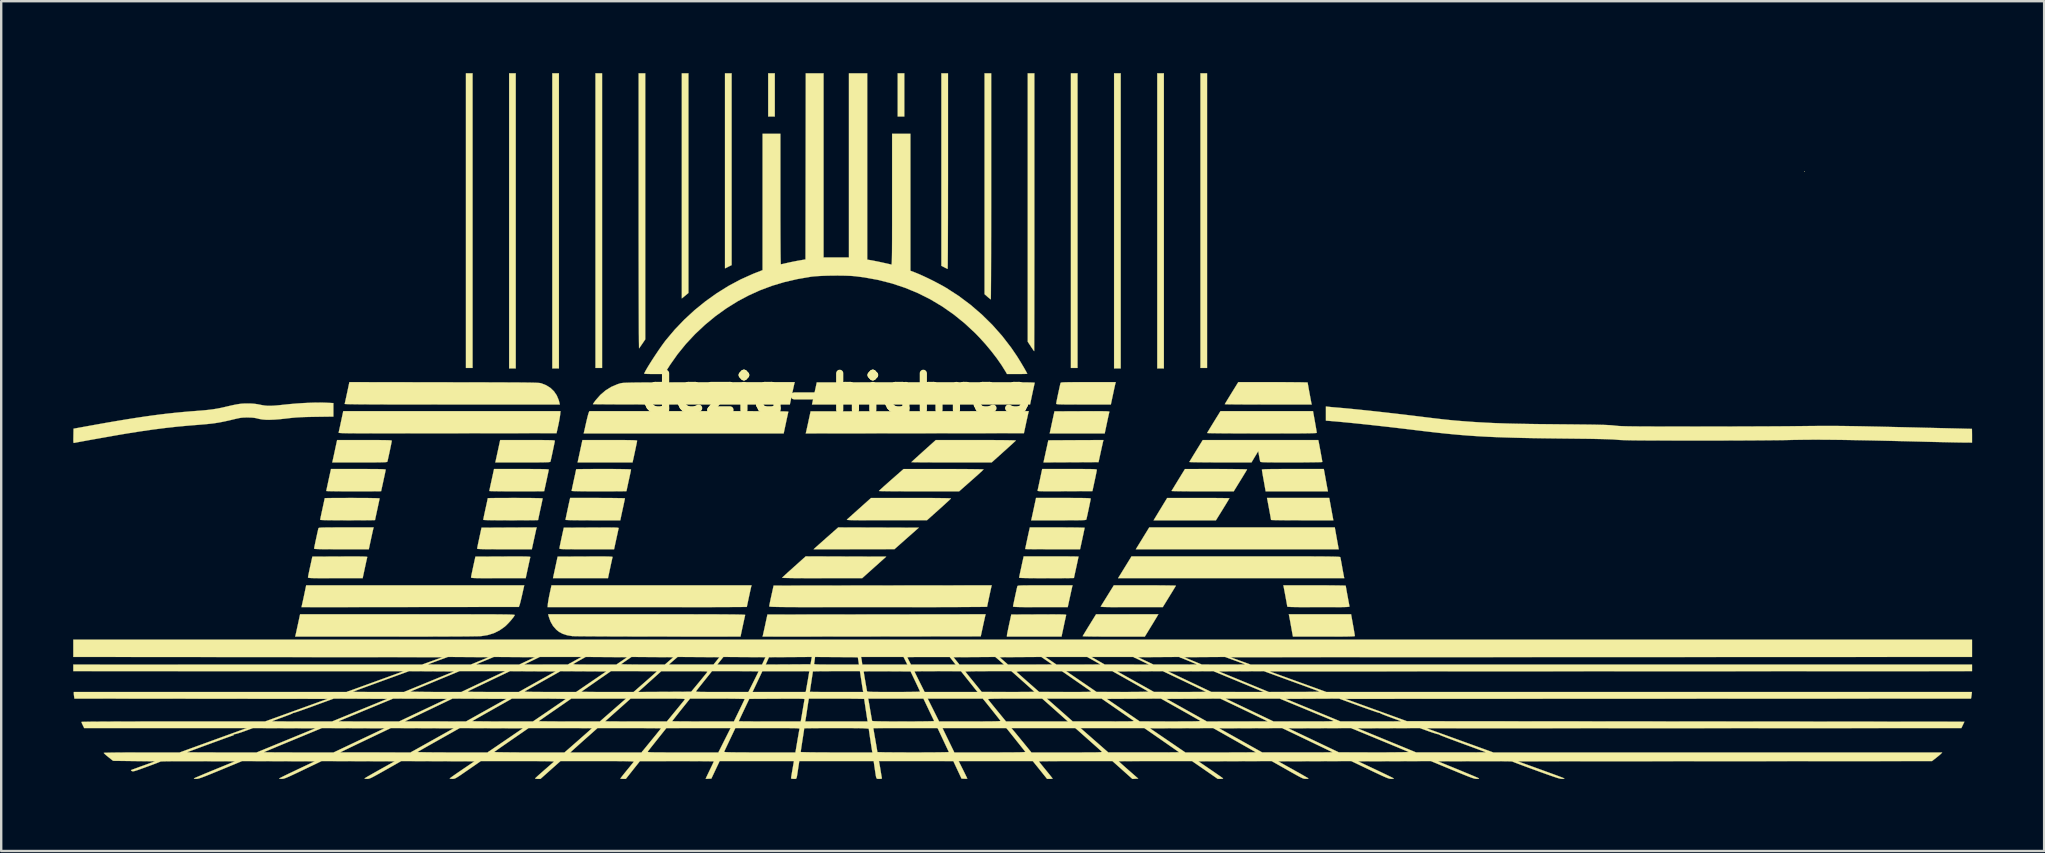
<source format=kicad_pcb>
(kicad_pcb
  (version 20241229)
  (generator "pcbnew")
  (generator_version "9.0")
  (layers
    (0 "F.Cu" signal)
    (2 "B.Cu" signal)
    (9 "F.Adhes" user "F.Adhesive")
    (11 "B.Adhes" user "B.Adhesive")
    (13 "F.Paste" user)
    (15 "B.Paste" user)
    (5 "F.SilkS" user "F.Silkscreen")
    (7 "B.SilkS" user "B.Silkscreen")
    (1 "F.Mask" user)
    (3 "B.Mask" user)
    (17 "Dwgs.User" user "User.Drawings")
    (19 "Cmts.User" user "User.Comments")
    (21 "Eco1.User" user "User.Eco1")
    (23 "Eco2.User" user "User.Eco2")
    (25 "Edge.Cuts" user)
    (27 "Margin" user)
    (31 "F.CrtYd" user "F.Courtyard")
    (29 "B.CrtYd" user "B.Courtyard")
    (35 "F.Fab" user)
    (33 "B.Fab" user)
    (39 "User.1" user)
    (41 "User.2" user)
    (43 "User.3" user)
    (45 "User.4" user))
  (footprint "dczia-highres"
    (layer "F.Cu")
    (at 31.797 13.34)
    (property "Reference" "dczia-highres" (at 0 0 0) (layer "F.SilkS") (effects (font (size 1.524 1.524) (thickness 0.3))))
    (attr through_hole)
    (fp_poly (pts (xy -15.155 -1.058) (xy -15.431 -1.058) (xy -15.431 -13.335) (xy -15.155 -13.335) (xy -15.155 -1.058)) (stroke (width 0.01) (type solid)) (fill yes) (layer "F.SilkS"))
    (fp_poly (pts (xy -13.356 -1.037) (xy -13.631 -1.037) (xy -13.631 -13.335) (xy -13.356 -13.335) (xy -13.356 -1.037)) (stroke (width 0.01) (type solid)) (fill yes) (layer "F.SilkS"))
    (fp_poly (pts (xy -11.557 -1.037) (xy -11.832 -1.037) (xy -11.832 -13.335) (xy -11.557 -13.335) (xy -11.557 -1.037)) (stroke (width 0.01) (type solid)) (fill yes) (layer "F.SilkS"))
    (fp_poly (pts (xy -9.758 -1.058) (xy -10.033 -1.058) (xy -10.033 -13.335) (xy -9.758 -13.335) (xy -9.758 -1.058)) (stroke (width 0.01) (type solid)) (fill yes) (layer "F.SilkS"))
    (fp_poly (pts (xy -2.561 -11.536) (xy -2.836 -11.536) (xy -2.836 -13.335) (xy -2.561 -13.335) (xy -2.561 -11.536)) (stroke (width 0.01) (type solid)) (fill yes) (layer "F.SilkS"))
    (fp_poly (pts (xy 2.836 -11.536) (xy 2.561 -11.536) (xy 2.561 -13.335) (xy 2.836 -13.335) (xy 2.836 -11.536)) (stroke (width 0.01) (type solid)) (fill yes) (layer "F.SilkS"))
    (fp_poly (pts (xy 10.054 -1.058) (xy 9.779 -1.058) (xy 9.779 -13.335) (xy 10.054 -13.335) (xy 10.054 -1.058)) (stroke (width 0.01) (type solid)) (fill yes) (layer "F.SilkS"))
    (fp_poly (pts (xy 11.853 -1.037) (xy 11.578 -1.037) (xy 11.578 -13.335) (xy 11.853 -13.335) (xy 11.853 -1.037)) (stroke (width 0.01) (type solid)) (fill yes) (layer "F.SilkS"))
    (fp_poly (pts (xy 13.652 -1.037) (xy 13.377 -1.037) (xy 13.377 -13.335) (xy 13.652 -13.335) (xy 13.652 -1.037)) (stroke (width 0.01) (type solid)) (fill yes) (layer "F.SilkS"))
    (fp_poly (pts (xy 15.452 -1.058) (xy 15.177 -1.058) (xy 15.177 -13.335) (xy 15.452 -13.335) (xy 15.452 -1.058)) (stroke (width 0.01) (type solid)) (fill yes) (layer "F.SilkS"))
    (fp_poly (pts (xy 40.365 -9.239) (xy 40.354 -9.229) (xy 40.344 -9.239) (xy 40.354 -9.25) (xy 40.365 -9.239)) (stroke (width 0.01) (type solid)) (fill yes) (layer "F.SilkS"))
    (fp_poly (pts (xy -4.36 -5.343) (xy -4.498 -5.275) (xy -4.636 -5.207) (xy -4.636 -13.335) (xy -4.36 -13.335) (xy -4.36 -5.343)) (stroke (width 0.01) (type solid)) (fill yes) (layer "F.SilkS"))
    (fp_poly (pts (xy -6.16 -4.182) (xy -6.218 -4.133) (xy -6.271 -4.089) (xy -6.335 -4.036) (xy -6.355 -4.02) (xy -6.435 -3.955) (xy -6.435 -13.335) (xy -6.16 -13.335) (xy -6.16 -4.182)) (stroke (width 0.01) (type solid)) (fill yes) (layer "F.SilkS"))
    (fp_poly (pts (xy 1.761 5.593) (xy 3.439 5.599) (xy 2.931 6.048) (xy 2.424 6.497) (xy -0.941 6.498) (xy -0.889 6.448) (xy -0.859 6.422) (xy -0.803 6.371) (xy -0.724 6.301) (xy -0.627 6.215) (xy -0.517 6.117) (xy -0.398 6.011) (xy -0.377 5.993) (xy 0.082 5.588) (xy 1.761 5.593)) (stroke (width 0.01) (type solid)) (fill yes) (layer "F.SilkS"))
    (fp_poly (pts (xy 20.846 5.985) (xy 20.869 6.113) (xy 20.89 6.231) (xy 20.908 6.329) (xy 20.921 6.402) (xy 20.928 6.44) (xy 20.939 6.498) (xy 12.483 6.498) (xy 12.514 6.451) (xy 12.533 6.419) (xy 12.571 6.357) (xy 12.624 6.271) (xy 12.688 6.167) (xy 12.76 6.05) (xy 12.793 5.995) (xy 13.043 5.588) (xy 20.775 5.588) (xy 20.846 5.985)) (stroke (width 0.01) (type solid)) (fill yes) (layer "F.SilkS"))
    (fp_poly (pts (xy -13.019 8.08) (xy -13.062 8.273) (xy -13.097 8.429) (xy -13.126 8.553) (xy -13.149 8.648) (xy -13.167 8.72) (xy -13.181 8.772) (xy -13.193 8.81) (xy -13.195 8.816) (xy -13.225 8.901) (xy -22.284 8.911) (xy -22.245 8.737) (xy -22.225 8.646) (xy -22.199 8.529) (xy -22.172 8.401) (xy -22.147 8.281) (xy -22.088 8.001) (xy -13.001 8.001) (xy -13.019 8.08)) (stroke (width 0.01) (type solid)) (fill yes) (layer "F.SilkS"))
    (fp_poly (pts (xy 8.01 0.792) (xy 8.002 0.828) (xy 7.986 0.898) (xy 7.965 0.995) (xy 7.939 1.111) (xy 7.911 1.24) (xy 7.909 1.252) (xy 7.82 1.662) (xy -1.271 1.672) (xy -1.258 1.621) (xy -1.25 1.585) (xy -1.234 1.515) (xy -1.213 1.418) (xy -1.187 1.302) (xy -1.159 1.173) (xy -1.157 1.161) (xy -1.068 0.751) (xy 3.477 0.746) (xy 8.023 0.741) (xy 8.01 0.792)) (stroke (width 0.01) (type solid)) (fill yes) (layer "F.SilkS"))
    (fp_poly (pts (xy 6.211 9.259) (xy 6.203 9.295) (xy 6.187 9.365) (xy 6.166 9.462) (xy 6.14 9.578) (xy 6.112 9.707) (xy 6.11 9.719) (xy 6.021 10.128) (xy 1.476 10.134) (xy -3.07 10.139) (xy -3.057 10.088) (xy -3.049 10.052) (xy -3.033 9.981) (xy -3.012 9.885) (xy -2.986 9.768) (xy -2.958 9.64) (xy -2.956 9.627) (xy -2.867 9.218) (xy 1.678 9.213) (xy 6.224 9.207) (xy 6.211 9.259)) (stroke (width 0.01) (type solid)) (fill yes) (layer "F.SilkS"))
    (fp_poly (pts (xy 11.12 2.005) (xy 11.111 2.044) (xy 11.095 2.116) (xy 11.073 2.215) (xy 11.047 2.332) (xy 11.019 2.461) (xy 11.018 2.466) (xy 10.93 2.868) (xy 9.784 2.874) (xy 8.637 2.879) (xy 8.649 2.821) (xy 8.657 2.782) (xy 8.673 2.71) (xy 8.695 2.611) (xy 8.72 2.494) (xy 8.748 2.366) (xy 8.75 2.36) (xy 8.838 1.958) (xy 9.986 1.952) (xy 11.135 1.947) (xy 11.12 2.005)) (stroke (width 0.01) (type solid)) (fill yes) (layer "F.SilkS"))
    (fp_poly (pts (xy -9.807 6.798) (xy -9.66 6.799) (xy -9.544 6.8) (xy -9.455 6.803) (xy -9.392 6.806) (xy -9.35 6.81) (xy -9.326 6.815) (xy -9.319 6.82) (xy -9.319 6.822) (xy -9.327 6.85) (xy -9.342 6.914) (xy -9.362 7.005) (xy -9.387 7.118) (xy -9.414 7.245) (xy -9.421 7.277) (xy -9.512 7.705) (xy -11.804 7.705) (xy -11.707 7.255) (xy -11.61 6.805) (xy -10.459 6.8) (xy -10.203 6.799) (xy -9.987 6.798) (xy -9.807 6.798)) (stroke (width 0.01) (type solid)) (fill yes) (layer "F.SilkS"))
    (fp_poly (pts (xy 0.405 6.8) (xy 2.082 6.805) (xy 1.58 7.255) (xy 1.078 7.705) (xy -0.594 7.705) (xy -0.938 7.704) (xy -1.243 7.704) (xy -1.509 7.702) (xy -1.735 7.701) (xy -1.921 7.698) (xy -2.066 7.695) (xy -2.17 7.692) (xy -2.233 7.688) (xy -2.254 7.684) (xy -2.254 7.684) (xy -2.236 7.665) (xy -2.19 7.621) (xy -2.12 7.557) (xy -2.031 7.475) (xy -1.925 7.38) (xy -1.808 7.275) (xy -1.757 7.229) (xy -1.272 6.794) (xy 0.405 6.8)) (stroke (width 0.01) (type solid)) (fill yes) (layer "F.SilkS"))
    (fp_poly (pts (xy 4.657 -9.26) (xy 4.657 -8.848) (xy 4.656 -8.448) (xy 4.656 -8.061) (xy 4.655 -7.689) (xy 4.655 -7.335) (xy 4.654 -7.001) (xy 4.653 -6.689) (xy 4.652 -6.4) (xy 4.651 -6.137) (xy 4.65 -5.901) (xy 4.648 -5.696) (xy 4.647 -5.522) (xy 4.646 -5.382) (xy 4.644 -5.279) (xy 4.643 -5.213) (xy 4.641 -5.187) (xy 4.641 -5.187) (xy 4.615 -5.196) (xy 4.563 -5.22) (xy 4.503 -5.251) (xy 4.381 -5.314) (xy 4.381 -13.335) (xy 4.657 -13.335) (xy 4.657 -9.26)) (stroke (width 0.01) (type solid)) (fill yes) (layer "F.SilkS"))
    (fp_poly (pts (xy 6.456 -8.625) (xy 6.456 -8.182) (xy 6.456 -7.75) (xy 6.455 -7.331) (xy 6.455 -6.928) (xy 6.454 -6.541) (xy 6.453 -6.173) (xy 6.453 -5.826) (xy 6.452 -5.502) (xy 6.451 -5.202) (xy 6.45 -4.929) (xy 6.449 -4.684) (xy 6.447 -4.47) (xy 6.446 -4.287) (xy 6.445 -4.139) (xy 6.443 -4.027) (xy 6.442 -3.953) (xy 6.44 -3.918) (xy 6.44 -3.916) (xy 6.418 -3.929) (xy 6.373 -3.964) (xy 6.314 -4.013) (xy 6.302 -4.024) (xy 6.181 -4.131) (xy 6.181 -13.335) (xy 6.456 -13.335) (xy 6.456 -8.625)) (stroke (width 0.01) (type solid)) (fill yes) (layer "F.SilkS"))
    (fp_poly (pts (xy 10.902 0.745) (xy 11.05 0.745) (xy 11.167 0.747) (xy 11.255 0.749) (xy 11.318 0.753) (xy 11.359 0.757) (xy 11.379 0.762) (xy 11.383 0.767) (xy 11.376 0.795) (xy 11.361 0.858) (xy 11.341 0.949) (xy 11.316 1.062) (xy 11.289 1.19) (xy 11.28 1.233) (xy 11.187 1.672) (xy 10.041 1.672) (xy 8.895 1.672) (xy 8.955 1.392) (xy 8.981 1.267) (xy 9.009 1.138) (xy 9.035 1.02) (xy 9.054 0.931) (xy 9.094 0.751) (xy 10.243 0.746) (xy 10.501 0.745) (xy 10.72 0.744) (xy 10.902 0.745)) (stroke (width 0.01) (type solid)) (fill yes) (layer "F.SilkS"))
    (fp_poly (pts (xy 20.629 4.826) (xy 20.715 5.292) (xy 19.417 5.292) (xy 19.187 5.291) (xy 18.97 5.291) (xy 18.769 5.29) (xy 18.589 5.288) (xy 18.433 5.286) (xy 18.304 5.284) (xy 18.206 5.282) (xy 18.143 5.279) (xy 18.119 5.276) (xy 18.119 5.276) (xy 18.115 5.251) (xy 18.105 5.192) (xy 18.09 5.108) (xy 18.071 5.004) (xy 18.05 4.89) (xy 18.028 4.772) (xy 18.007 4.659) (xy 17.988 4.557) (xy 17.973 4.476) (xy 17.962 4.422) (xy 17.959 4.408) (xy 17.949 4.36) (xy 20.544 4.36) (xy 20.629 4.826)) (stroke (width 0.01) (type solid)) (fill yes) (layer "F.SilkS"))
    (fp_poly (pts (xy 13.363 9.31) (xy 13.333 9.36) (xy 13.286 9.438) (xy 13.226 9.538) (xy 13.157 9.651) (xy 13.084 9.769) (xy 13.081 9.775) (xy 12.859 10.138) (xy 11.561 10.138) (xy 11.304 10.138) (xy 11.069 10.137) (xy 10.86 10.136) (xy 10.678 10.134) (xy 10.526 10.132) (xy 10.407 10.129) (xy 10.323 10.126) (xy 10.277 10.122) (xy 10.269 10.12) (xy 10.282 10.097) (xy 10.314 10.043) (xy 10.362 9.964) (xy 10.423 9.864) (xy 10.493 9.749) (xy 10.552 9.654) (xy 10.827 9.208) (xy 12.125 9.208) (xy 13.423 9.207) (xy 13.363 9.31)) (stroke (width 0.01) (type solid)) (fill yes) (layer "F.SilkS"))
    (fp_poly (pts (xy 15.316 4.361) (xy 15.533 4.362) (xy 15.734 4.362) (xy 15.914 4.364) (xy 16.07 4.365) (xy 16.198 4.367) (xy 16.296 4.368) (xy 16.358 4.371) (xy 16.383 4.373) (xy 16.383 4.373) (xy 16.372 4.394) (xy 16.342 4.445) (xy 16.296 4.523) (xy 16.236 4.622) (xy 16.166 4.736) (xy 16.103 4.839) (xy 15.822 5.292) (xy 13.225 5.292) (xy 13.275 5.209) (xy 13.301 5.166) (xy 13.345 5.093) (xy 13.402 4.999) (xy 13.469 4.888) (xy 13.542 4.77) (xy 13.557 4.744) (xy 13.79 4.362) (xy 15.087 4.361) (xy 15.316 4.361)) (stroke (width 0.01) (type solid)) (fill yes) (layer "F.SilkS"))
    (fp_poly (pts (xy -12.495 5.632) (xy -12.503 5.665) (xy -12.518 5.733) (xy -12.539 5.828) (xy -12.564 5.944) (xy -12.592 6.071) (xy -12.596 6.087) (xy -12.685 6.498) (xy -13.825 6.498) (xy -14.083 6.498) (xy -14.303 6.497) (xy -14.485 6.496) (xy -14.633 6.495) (xy -14.75 6.492) (xy -14.839 6.489) (xy -14.902 6.486) (xy -14.942 6.481) (xy -14.961 6.476) (xy -14.965 6.472) (xy -14.96 6.444) (xy -14.948 6.381) (xy -14.93 6.29) (xy -14.906 6.178) (xy -14.879 6.051) (xy -14.873 6.022) (xy -14.781 5.599) (xy -13.632 5.593) (xy -12.483 5.588) (xy -12.495 5.632)) (stroke (width 0.01) (type solid)) (fill yes) (layer "F.SilkS"))
    (fp_poly (pts (xy -7.959 -2.247) (xy -8.078 -2.071) (xy -8.131 -1.994) (xy -8.176 -1.93) (xy -8.206 -1.887) (xy -8.216 -1.874) (xy -8.218 -1.893) (xy -8.219 -1.953) (xy -8.22 -2.052) (xy -8.222 -2.188) (xy -8.223 -2.359) (xy -8.225 -2.564) (xy -8.226 -2.801) (xy -8.227 -3.069) (xy -8.228 -3.365) (xy -8.229 -3.688) (xy -8.23 -4.036) (xy -8.231 -4.408) (xy -8.232 -4.802) (xy -8.232 -5.215) (xy -8.233 -5.647) (xy -8.233 -6.096) (xy -8.234 -6.56) (xy -8.234 -7.036) (xy -8.234 -7.525) (xy -8.234 -7.595) (xy -8.234 -13.335) (xy -7.959 -13.335) (xy -7.959 -2.247)) (stroke (width 0.01) (type solid)) (fill yes) (layer "F.SilkS"))
    (fp_poly (pts (xy 8.255 -7.546) (xy 8.255 -7.054) (xy 8.255 -6.573) (xy 8.255 -6.105) (xy 8.255 -5.651) (xy 8.254 -5.214) (xy 8.254 -4.794) (xy 8.254 -4.395) (xy 8.253 -4.016) (xy 8.253 -3.661) (xy 8.253 -3.331) (xy 8.252 -3.027) (xy 8.252 -2.751) (xy 8.251 -2.506) (xy 8.25 -2.292) (xy 8.25 -2.112) (xy 8.249 -1.966) (xy 8.249 -1.858) (xy 8.248 -1.788) (xy 8.247 -1.758) (xy 8.247 -1.757) (xy 8.233 -1.773) (xy 8.201 -1.818) (xy 8.156 -1.884) (xy 8.11 -1.954) (xy 7.98 -2.151) (xy 7.98 -13.335) (xy 8.255 -13.335) (xy 8.255 -7.546)) (stroke (width 0.01) (type solid)) (fill yes) (layer "F.SilkS"))
    (fp_poly (pts (xy 9.103 9.211) (xy 9.251 9.212) (xy 9.368 9.214) (xy 9.456 9.216) (xy 9.519 9.219) (xy 9.559 9.224) (xy 9.58 9.229) (xy 9.583 9.234) (xy 9.576 9.262) (xy 9.562 9.324) (xy 9.542 9.416) (xy 9.517 9.529) (xy 9.49 9.657) (xy 9.481 9.7) (xy 9.387 10.139) (xy 8.25 10.139) (xy 7.112 10.139) (xy 7.113 10.091) (xy 7.117 10.056) (xy 7.13 9.988) (xy 7.149 9.892) (xy 7.173 9.776) (xy 7.2 9.648) (xy 7.204 9.631) (xy 7.294 9.218) (xy 8.444 9.213) (xy 8.702 9.212) (xy 8.921 9.211) (xy 9.103 9.211)) (stroke (width 0.01) (type solid)) (fill yes) (layer "F.SilkS"))
    (fp_poly (pts (xy -9.182 1.947) (xy -8.966 1.948) (xy -8.787 1.949) (xy -8.641 1.95) (xy -8.525 1.953) (xy -8.437 1.955) (xy -8.373 1.959) (xy -8.33 1.963) (xy -8.306 1.968) (xy -8.298 1.974) (xy -8.297 1.976) (xy -8.302 2.002) (xy -8.313 2.063) (xy -8.331 2.15) (xy -8.353 2.257) (xy -8.378 2.375) (xy -8.404 2.498) (xy -8.43 2.618) (xy -8.454 2.728) (xy -8.475 2.82) (xy -8.478 2.831) (xy -8.489 2.879) (xy -10.778 2.879) (xy -10.767 2.831) (xy -10.76 2.796) (xy -10.745 2.727) (xy -10.724 2.631) (xy -10.699 2.515) (xy -10.671 2.386) (xy -10.667 2.365) (xy -10.577 1.947) (xy -9.437 1.947) (xy -9.182 1.947)) (stroke (width 0.01) (type solid)) (fill yes) (layer "F.SilkS"))
    (fp_poly (pts (xy 20.328 3.212) (xy 20.336 3.252) (xy 20.349 3.325) (xy 20.367 3.423) (xy 20.388 3.539) (xy 20.404 3.63) (xy 20.426 3.752) (xy 20.446 3.861) (xy 20.463 3.951) (xy 20.475 4.014) (xy 20.479 4.038) (xy 20.49 4.085) (xy 17.894 4.085) (xy 17.816 3.646) (xy 17.792 3.514) (xy 17.771 3.395) (xy 17.755 3.296) (xy 17.743 3.224) (xy 17.738 3.185) (xy 17.737 3.18) (xy 17.746 3.175) (xy 17.772 3.17) (xy 17.819 3.166) (xy 17.889 3.162) (xy 17.985 3.16) (xy 18.11 3.157) (xy 18.266 3.156) (xy 18.456 3.155) (xy 18.682 3.154) (xy 18.947 3.154) (xy 19.027 3.154) (xy 20.317 3.154) (xy 20.328 3.212)) (stroke (width 0.01) (type solid)) (fill yes) (layer "F.SilkS"))
    (fp_poly (pts (xy 21.533 9.647) (xy 21.557 9.779) (xy 21.577 9.898) (xy 21.594 9.997) (xy 21.606 10.069) (xy 21.611 10.108) (xy 21.612 10.112) (xy 21.603 10.118) (xy 21.577 10.123) (xy 21.53 10.127) (xy 21.46 10.13) (xy 21.363 10.133) (xy 21.239 10.135) (xy 21.083 10.137) (xy 20.893 10.138) (xy 20.667 10.139) (xy 20.402 10.139) (xy 20.322 10.139) (xy 19.032 10.139) (xy 19.02 10.081) (xy 19.013 10.041) (xy 18.999 9.968) (xy 18.982 9.869) (xy 18.961 9.754) (xy 18.944 9.663) (xy 18.923 9.541) (xy 18.903 9.431) (xy 18.886 9.341) (xy 18.874 9.279) (xy 18.869 9.255) (xy 18.859 9.207) (xy 21.454 9.207) (xy 21.533 9.647)) (stroke (width 0.01) (type solid)) (fill yes) (layer "F.SilkS"))
    (fp_poly (pts (xy 6.009 -0.462) (xy 6.353 -0.462) (xy 6.663 -0.461) (xy 6.941 -0.461) (xy 7.187 -0.46) (xy 7.405 -0.459) (xy 7.594 -0.458) (xy 7.756 -0.457) (xy 7.894 -0.455) (xy 8.007 -0.454) (xy 8.099 -0.452) (xy 8.169 -0.449) (xy 8.22 -0.447) (xy 8.253 -0.444) (xy 8.269 -0.441) (xy 8.271 -0.439) (xy 8.264 -0.411) (xy 8.25 -0.349) (xy 8.23 -0.257) (xy 8.205 -0.144) (xy 8.178 -0.016) (xy 8.169 0.026) (xy 8.076 0.466) (xy -1.011 0.466) (xy -0.959 0.228) (xy -0.932 0.101) (xy -0.901 -0.041) (xy -0.872 -0.175) (xy -0.859 -0.233) (xy -0.812 -0.455) (xy 3.735 -0.46) (xy 4.268 -0.461) (xy 4.761 -0.461) (xy 5.215 -0.462) (xy 5.631 -0.462) (xy 6.009 -0.462)) (stroke (width 0.01) (type solid)) (fill yes) (layer "F.SilkS"))
    (fp_poly (pts (xy 16.066 3.155) (xy 16.288 3.155) (xy 16.491 3.157) (xy 16.671 3.158) (xy 16.826 3.161) (xy 16.951 3.163) (xy 17.044 3.166) (xy 17.102 3.169) (xy 17.12 3.172) (xy 17.108 3.195) (xy 17.076 3.248) (xy 17.028 3.327) (xy 16.967 3.427) (xy 16.897 3.543) (xy 16.838 3.638) (xy 16.563 4.085) (xy 15.265 4.085) (xy 15.035 4.085) (xy 14.818 4.084) (xy 14.618 4.083) (xy 14.439 4.081) (xy 14.284 4.079) (xy 14.156 4.077) (xy 14.059 4.074) (xy 13.997 4.072) (xy 13.974 4.069) (xy 13.974 4.068) (xy 13.986 4.046) (xy 14.018 3.993) (xy 14.066 3.915) (xy 14.126 3.815) (xy 14.197 3.7) (xy 14.256 3.603) (xy 14.531 3.155) (xy 15.829 3.154) (xy 16.066 3.155)) (stroke (width 0.01) (type solid)) (fill yes) (layer "F.SilkS"))
    (fp_poly (pts (xy -20.023 6.798) (xy -19.875 6.799) (xy -19.758 6.801) (xy -19.669 6.803) (xy -19.606 6.806) (xy -19.566 6.811) (xy -19.545 6.816) (xy -19.542 6.821) (xy -19.549 6.849) (xy -19.563 6.912) (xy -19.584 7.003) (xy -19.608 7.115) (xy -19.636 7.243) (xy -19.643 7.276) (xy -19.735 7.705) (xy -20.874 7.705) (xy -21.123 7.705) (xy -21.333 7.704) (xy -21.507 7.704) (xy -21.649 7.703) (xy -21.761 7.701) (xy -21.848 7.699) (xy -21.913 7.696) (xy -21.958 7.692) (xy -21.987 7.688) (xy -22.004 7.682) (xy -22.011 7.675) (xy -22.013 7.668) (xy -22.008 7.636) (xy -21.996 7.57) (xy -21.977 7.477) (xy -21.953 7.364) (xy -21.926 7.237) (xy -21.921 7.218) (xy -21.831 6.805) (xy -20.682 6.8) (xy -20.423 6.799) (xy -20.205 6.798) (xy -20.023 6.798)) (stroke (width 0.01) (type solid)) (fill yes) (layer "F.SilkS"))
    (fp_poly (pts (xy -13.228 6.798) (xy -13.08 6.799) (xy -12.963 6.801) (xy -12.875 6.803) (xy -12.812 6.806) (xy -12.771 6.811) (xy -12.751 6.816) (xy -12.747 6.821) (xy -12.754 6.849) (xy -12.769 6.912) (xy -12.789 7.003) (xy -12.814 7.115) (xy -12.841 7.243) (xy -12.849 7.276) (xy -12.941 7.705) (xy -14.08 7.705) (xy -14.329 7.705) (xy -14.538 7.704) (xy -14.713 7.704) (xy -14.854 7.703) (xy -14.967 7.701) (xy -15.054 7.699) (xy -15.118 7.696) (xy -15.163 7.692) (xy -15.192 7.688) (xy -15.209 7.682) (xy -15.217 7.675) (xy -15.218 7.668) (xy -15.214 7.636) (xy -15.201 7.57) (xy -15.182 7.477) (xy -15.158 7.364) (xy -15.131 7.237) (xy -15.127 7.218) (xy -15.036 6.805) (xy -13.887 6.8) (xy -13.629 6.799) (xy -13.41 6.798) (xy -13.228 6.798)) (stroke (width 0.01) (type solid)) (fill yes) (layer "F.SilkS"))
    (fp_poly (pts (xy -3.544 8.057) (xy -3.554 8.097) (xy -3.569 8.167) (xy -3.59 8.26) (xy -3.613 8.368) (xy -3.638 8.482) (xy -3.662 8.597) (xy -3.685 8.703) (xy -3.704 8.793) (xy -3.718 8.86) (xy -3.725 8.896) (xy -3.725 8.9) (xy -3.746 8.901) (xy -3.807 8.902) (xy -3.907 8.903) (xy -4.042 8.904) (xy -4.212 8.905) (xy -4.414 8.906) (xy -4.647 8.907) (xy -4.907 8.908) (xy -5.194 8.909) (xy -5.505 8.909) (xy -5.838 8.91) (xy -6.191 8.91) (xy -6.562 8.911) (xy -6.949 8.911) (xy -7.35 8.911) (xy -7.763 8.911) (xy -7.877 8.911) (xy -12.029 8.911) (xy -12.016 8.768) (xy -12.006 8.695) (xy -11.989 8.592) (xy -11.967 8.472) (xy -11.941 8.348) (xy -11.934 8.313) (xy -11.865 8.001) (xy -3.53 8.001) (xy -3.544 8.057)) (stroke (width 0.01) (type solid)) (fill yes) (layer "F.SilkS"))
    (fp_poly (pts (xy 13.095 8.001) (xy 13.311 8.002) (xy 13.511 8.003) (xy 13.69 8.005) (xy 13.845 8.007) (xy 13.973 8.009) (xy 14.069 8.011) (xy 14.131 8.014) (xy 14.154 8.017) (xy 14.154 8.017) (xy 14.141 8.039) (xy 14.109 8.091) (xy 14.061 8.17) (xy 14.001 8.269) (xy 13.93 8.384) (xy 13.876 8.472) (xy 13.606 8.911) (xy 12.305 8.911) (xy 12.033 8.911) (xy 11.801 8.911) (xy 11.605 8.91) (xy 11.443 8.909) (xy 11.312 8.907) (xy 11.209 8.905) (xy 11.132 8.902) (xy 11.077 8.898) (xy 11.042 8.894) (xy 11.025 8.889) (xy 11.021 8.883) (xy 11.021 8.883) (xy 11.037 8.857) (xy 11.072 8.801) (xy 11.122 8.72) (xy 11.184 8.619) (xy 11.256 8.504) (xy 11.303 8.428) (xy 11.567 8.001) (xy 12.865 8.001) (xy 13.095 8.001)) (stroke (width 0.01) (type solid)) (fill yes) (layer "F.SilkS"))
    (fp_poly (pts (xy 6.154 1.948) (xy 6.451 1.948) (xy 6.712 1.95) (xy 6.937 1.951) (xy 7.124 1.954) (xy 7.274 1.956) (xy 7.384 1.959) (xy 7.454 1.963) (xy 7.482 1.967) (xy 7.483 1.968) (xy 7.464 1.987) (xy 7.418 2.03) (xy 7.349 2.094) (xy 7.259 2.176) (xy 7.153 2.272) (xy 7.036 2.378) (xy 6.974 2.433) (xy 6.478 2.879) (xy 4.805 2.879) (xy 4.543 2.879) (xy 4.294 2.878) (xy 4.06 2.878) (xy 3.846 2.877) (xy 3.653 2.876) (xy 3.486 2.875) (xy 3.348 2.874) (xy 3.241 2.872) (xy 3.169 2.871) (xy 3.135 2.87) (xy 3.133 2.869) (xy 3.148 2.853) (xy 3.191 2.812) (xy 3.258 2.75) (xy 3.346 2.67) (xy 3.45 2.576) (xy 3.567 2.47) (xy 3.641 2.403) (xy 4.149 1.947) (xy 5.822 1.947) (xy 6.154 1.948)) (stroke (width 0.01) (type solid)) (fill yes) (layer "F.SilkS"))
    (fp_poly (pts (xy -9.731 4.361) (xy -9.529 4.361) (xy -9.344 4.363) (xy -9.18 4.365) (xy -9.041 4.367) (xy -8.931 4.369) (xy -8.853 4.372) (xy -8.811 4.375) (xy -8.805 4.377) (xy -8.81 4.402) (xy -8.822 4.462) (xy -8.84 4.547) (xy -8.862 4.652) (xy -8.877 4.721) (xy -8.904 4.844) (xy -8.93 4.964) (xy -8.953 5.068) (xy -8.969 5.147) (xy -8.974 5.17) (xy -8.999 5.292) (xy -10.14 5.292) (xy -10.404 5.291) (xy -10.637 5.29) (xy -10.836 5.288) (xy -11.001 5.286) (xy -11.129 5.283) (xy -11.219 5.279) (xy -11.27 5.275) (xy -11.282 5.271) (xy -11.278 5.244) (xy -11.266 5.183) (xy -11.248 5.096) (xy -11.226 4.99) (xy -11.201 4.873) (xy -11.175 4.752) (xy -11.15 4.634) (xy -11.126 4.528) (xy -11.12 4.503) (xy -11.088 4.36) (xy -9.947 4.36) (xy -9.731 4.361)) (stroke (width 0.01) (type solid)) (fill yes) (layer "F.SilkS"))
    (fp_poly (pts (xy 4.733 3.155) (xy 4.982 3.155) (xy 5.215 3.156) (xy 5.429 3.157) (xy 5.621 3.159) (xy 5.788 3.161) (xy 5.926 3.163) (xy 6.032 3.165) (xy 6.103 3.167) (xy 6.136 3.17) (xy 6.138 3.171) (xy 6.123 3.188) (xy 6.08 3.23) (xy 6.012 3.293) (xy 5.924 3.374) (xy 5.819 3.468) (xy 5.7 3.573) (xy 5.629 3.636) (xy 5.12 4.085) (xy 3.449 4.085) (xy 3.187 4.085) (xy 2.938 4.084) (xy 2.705 4.083) (xy 2.49 4.082) (xy 2.298 4.081) (xy 2.131 4.079) (xy 1.993 4.077) (xy 1.887 4.075) (xy 1.815 4.073) (xy 1.782 4.07) (xy 1.78 4.069) (xy 1.795 4.052) (xy 1.839 4.01) (xy 1.907 3.948) (xy 1.996 3.867) (xy 2.102 3.773) (xy 2.22 3.668) (xy 2.293 3.604) (xy 2.805 3.155) (xy 4.471 3.155) (xy 4.733 3.155)) (stroke (width 0.01) (type solid)) (fill yes) (layer "F.SilkS"))
    (fp_poly (pts (xy -11.505 0.894) (xy -11.516 0.973) (xy -11.533 1.079) (xy -11.556 1.202) (xy -11.582 1.327) (xy -11.588 1.355) (xy -11.656 1.662) (xy -16.201 1.667) (xy -16.718 1.668) (xy -17.194 1.668) (xy -17.632 1.668) (xy -18.032 1.669) (xy -18.396 1.669) (xy -18.726 1.669) (xy -19.024 1.669) (xy -19.291 1.669) (xy -19.529 1.668) (xy -19.74 1.668) (xy -19.924 1.667) (xy -20.085 1.666) (xy -20.223 1.665) (xy -20.341 1.664) (xy -20.439 1.662) (xy -20.52 1.66) (xy -20.585 1.658) (xy -20.636 1.656) (xy -20.674 1.653) (xy -20.702 1.65) (xy -20.72 1.647) (xy -20.73 1.644) (xy -20.735 1.64) (xy -20.736 1.636) (xy -20.736 1.635) (xy -20.728 1.604) (xy -20.714 1.538) (xy -20.693 1.444) (xy -20.668 1.33) (xy -20.641 1.201) (xy -20.634 1.169) (xy -20.543 0.741) (xy -11.491 0.741) (xy -11.505 0.894)) (stroke (width 0.01) (type solid)) (fill yes) (layer "F.SilkS"))
    (fp_poly (pts (xy -9.427 5.591) (xy -9.314 5.592) (xy -9.227 5.594) (xy -9.162 5.596) (xy -9.117 5.6) (xy -9.089 5.604) (xy -9.073 5.61) (xy -9.067 5.616) (xy -9.067 5.624) (xy -9.067 5.625) (xy -9.075 5.656) (xy -9.09 5.722) (xy -9.11 5.816) (xy -9.135 5.93) (xy -9.163 6.058) (xy -9.168 6.08) (xy -9.258 6.498) (xy -10.397 6.498) (xy -10.646 6.498) (xy -10.855 6.498) (xy -11.03 6.497) (xy -11.171 6.496) (xy -11.284 6.495) (xy -11.371 6.493) (xy -11.435 6.49) (xy -11.48 6.486) (xy -11.509 6.481) (xy -11.526 6.476) (xy -11.534 6.469) (xy -11.535 6.461) (xy -11.53 6.43) (xy -11.518 6.364) (xy -11.499 6.271) (xy -11.475 6.157) (xy -11.448 6.03) (xy -11.444 6.011) (xy -11.353 5.599) (xy -10.205 5.593) (xy -9.955 5.592) (xy -9.744 5.591) (xy -9.569 5.591) (xy -9.427 5.591)) (stroke (width 0.01) (type solid)) (fill yes) (layer "F.SilkS"))
    (fp_poly (pts (xy -5.626 0.741) (xy -5.157 0.741) (xy -4.728 0.741) (xy -4.337 0.742) (xy -3.981 0.742) (xy -3.661 0.743) (xy -3.374 0.744) (xy -3.119 0.745) (xy -2.895 0.746) (xy -2.699 0.747) (xy -2.531 0.748) (xy -2.389 0.75) (xy -2.271 0.752) (xy -2.176 0.754) (xy -2.103 0.756) (xy -2.05 0.759) (xy -2.015 0.762) (xy -1.998 0.765) (xy -1.995 0.767) (xy -2.002 0.795) (xy -2.016 0.858) (xy -2.036 0.949) (xy -2.061 1.062) (xy -2.088 1.19) (xy -2.097 1.233) (xy -2.191 1.672) (xy -6.358 1.672) (xy -10.524 1.672) (xy -10.513 1.625) (xy -10.504 1.588) (xy -10.488 1.519) (xy -10.467 1.424) (xy -10.442 1.313) (xy -10.424 1.231) (xy -10.396 1.11) (xy -10.369 0.998) (xy -10.344 0.904) (xy -10.325 0.838) (xy -10.317 0.813) (xy -10.286 0.741) (xy -6.136 0.741) (xy -5.626 0.741)) (stroke (width 0.01) (type solid)) (fill yes) (layer "F.SilkS"))
    (fp_poly (pts (xy 9.425 5.588) (xy 9.627 5.589) (xy 9.812 5.59) (xy 9.976 5.592) (xy 10.115 5.594) (xy 10.225 5.597) (xy 10.303 5.599) (xy 10.345 5.602) (xy 10.35 5.604) (xy 10.346 5.627) (xy 10.335 5.685) (xy 10.317 5.768) (xy 10.296 5.871) (xy 10.271 5.985) (xy 10.246 6.103) (xy 10.221 6.218) (xy 10.199 6.321) (xy 10.18 6.407) (xy 10.17 6.451) (xy 10.159 6.498) (xy 9.017 6.498) (xy 8.801 6.498) (xy 8.599 6.497) (xy 8.414 6.497) (xy 8.25 6.496) (xy 8.11 6.494) (xy 8 6.493) (xy 7.922 6.491) (xy 7.88 6.489) (xy 7.874 6.488) (xy 7.878 6.465) (xy 7.89 6.408) (xy 7.907 6.325) (xy 7.928 6.224) (xy 7.952 6.113) (xy 7.976 5.999) (xy 8 5.892) (xy 8.021 5.797) (xy 8.035 5.731) (xy 8.068 5.588) (xy 9.209 5.588) (xy 9.425 5.588)) (stroke (width 0.01) (type solid)) (fill yes) (layer "F.SilkS"))
    (fp_poly (pts (xy 9.969 3.154) (xy 10.179 3.154) (xy 10.353 3.155) (xy 10.495 3.156) (xy 10.607 3.157) (xy 10.694 3.159) (xy 10.758 3.162) (xy 10.803 3.166) (xy 10.832 3.171) (xy 10.849 3.176) (xy 10.857 3.183) (xy 10.858 3.191) (xy 10.854 3.222) (xy 10.842 3.288) (xy 10.823 3.381) (xy 10.8 3.495) (xy 10.772 3.624) (xy 10.766 3.651) (xy 10.675 4.075) (xy 9.527 4.08) (xy 9.277 4.081) (xy 9.066 4.082) (xy 8.892 4.082) (xy 8.749 4.082) (xy 8.636 4.081) (xy 8.549 4.079) (xy 8.485 4.077) (xy 8.44 4.074) (xy 8.411 4.069) (xy 8.395 4.064) (xy 8.389 4.057) (xy 8.389 4.049) (xy 8.39 4.048) (xy 8.397 4.017) (xy 8.412 3.951) (xy 8.432 3.857) (xy 8.457 3.743) (xy 8.484 3.614) (xy 8.491 3.582) (xy 8.582 3.154) (xy 9.72 3.154) (xy 9.969 3.154)) (stroke (width 0.01) (type solid)) (fill yes) (layer "F.SilkS"))
    (fp_poly (pts (xy 3.446 4.361) (xy 3.74 4.362) (xy 4 4.363) (xy 4.225 4.364) (xy 4.413 4.367) (xy 4.564 4.369) (xy 4.676 4.372) (xy 4.748 4.376) (xy 4.779 4.38) (xy 4.78 4.381) (xy 4.763 4.399) (xy 4.718 4.443) (xy 4.65 4.507) (xy 4.561 4.588) (xy 4.456 4.684) (xy 4.338 4.79) (xy 4.276 4.846) (xy 3.778 5.291) (xy 2.096 5.291) (xy 1.787 5.291) (xy 1.517 5.291) (xy 1.285 5.291) (xy 1.087 5.29) (xy 0.921 5.289) (xy 0.785 5.287) (xy 0.676 5.286) (xy 0.591 5.283) (xy 0.528 5.28) (xy 0.485 5.277) (xy 0.458 5.273) (xy 0.445 5.268) (xy 0.444 5.263) (xy 0.445 5.261) (xy 0.468 5.24) (xy 0.519 5.194) (xy 0.593 5.128) (xy 0.686 5.044) (xy 0.794 4.948) (xy 0.913 4.841) (xy 0.963 4.796) (xy 1.45 4.361) (xy 3.119 4.361) (xy 3.446 4.361)) (stroke (width 0.01) (type solid)) (fill yes) (layer "F.SilkS"))
    (fp_poly (pts (xy 18.441 -0.465) (xy 18.671 -0.465) (xy 18.885 -0.464) (xy 19.079 -0.462) (xy 19.251 -0.461) (xy 19.395 -0.459) (xy 19.51 -0.456) (xy 19.591 -0.454) (xy 19.635 -0.451) (xy 19.643 -0.45) (xy 19.646 -0.425) (xy 19.657 -0.366) (xy 19.672 -0.282) (xy 19.69 -0.178) (xy 19.711 -0.064) (xy 19.733 0.054) (xy 19.754 0.167) (xy 19.773 0.269) (xy 19.788 0.35) (xy 19.799 0.404) (xy 19.802 0.418) (xy 19.813 0.466) (xy 18.003 0.466) (xy 17.73 0.466) (xy 17.47 0.465) (xy 17.225 0.464) (xy 16.999 0.464) (xy 16.794 0.462) (xy 16.614 0.461) (xy 16.463 0.46) (xy 16.341 0.458) (xy 16.254 0.456) (xy 16.204 0.454) (xy 16.192 0.453) (xy 16.203 0.432) (xy 16.233 0.381) (xy 16.28 0.303) (xy 16.34 0.204) (xy 16.41 0.09) (xy 16.473 -0.013) (xy 16.753 -0.466) (xy 18.198 -0.466) (xy 18.441 -0.465)) (stroke (width 0.01) (type solid)) (fill yes) (layer "F.SilkS"))
    (fp_poly (pts (xy 19.946 1.18) (xy 19.969 1.312) (xy 19.99 1.431) (xy 20.007 1.53) (xy 20.018 1.602) (xy 20.024 1.641) (xy 20.024 1.646) (xy 20.016 1.65) (xy 19.992 1.654) (xy 19.948 1.657) (xy 19.884 1.66) (xy 19.797 1.663) (xy 19.685 1.665) (xy 19.546 1.667) (xy 19.378 1.669) (xy 19.18 1.67) (xy 18.949 1.671) (xy 18.683 1.671) (xy 18.38 1.672) (xy 18.039 1.672) (xy 17.736 1.672) (xy 17.389 1.672) (xy 17.064 1.671) (xy 16.763 1.671) (xy 16.488 1.669) (xy 16.242 1.668) (xy 16.025 1.666) (xy 15.841 1.664) (xy 15.69 1.662) (xy 15.574 1.66) (xy 15.497 1.657) (xy 15.459 1.654) (xy 15.455 1.653) (xy 15.468 1.63) (xy 15.5 1.577) (xy 15.548 1.497) (xy 15.608 1.398) (xy 15.679 1.282) (xy 15.737 1.187) (xy 16.013 0.741) (xy 17.94 0.741) (xy 19.867 0.741) (xy 19.946 1.18)) (stroke (width 0.01) (type solid)) (fill yes) (layer "F.SilkS"))
    (fp_poly (pts (xy -19.289 5.632) (xy -19.297 5.666) (xy -19.313 5.733) (xy -19.334 5.828) (xy -19.359 5.943) (xy -19.387 6.071) (xy -19.39 6.087) (xy -19.479 6.498) (xy -20.619 6.498) (xy -20.878 6.498) (xy -21.097 6.497) (xy -21.279 6.496) (xy -21.428 6.495) (xy -21.545 6.492) (xy -21.633 6.489) (xy -21.696 6.486) (xy -21.736 6.481) (xy -21.756 6.476) (xy -21.759 6.472) (xy -21.755 6.444) (xy -21.743 6.383) (xy -21.725 6.297) (xy -21.704 6.193) (xy -21.679 6.078) (xy -21.654 5.962) (xy -21.63 5.851) (xy -21.608 5.754) (xy -21.591 5.678) (xy -21.579 5.632) (xy -21.577 5.625) (xy -21.573 5.617) (xy -21.562 5.61) (xy -21.542 5.604) (xy -21.51 5.6) (xy -21.461 5.596) (xy -21.393 5.593) (xy -21.302 5.591) (xy -21.186 5.59) (xy -21.04 5.589) (xy -20.861 5.588) (xy -20.646 5.588) (xy -20.422 5.588) (xy -19.278 5.588) (xy -19.289 5.632)) (stroke (width 0.01) (type solid)) (fill yes) (layer "F.SilkS"))
    (fp_poly (pts (xy 9.836 8.045) (xy 9.828 8.079) (xy 9.813 8.146) (xy 9.792 8.241) (xy 9.767 8.356) (xy 9.739 8.484) (xy 9.735 8.5) (xy 9.646 8.911) (xy 8.506 8.911) (xy 8.247 8.911) (xy 8.028 8.91) (xy 7.846 8.909) (xy 7.698 8.908) (xy 7.58 8.905) (xy 7.492 8.902) (xy 7.429 8.899) (xy 7.389 8.894) (xy 7.369 8.889) (xy 7.366 8.885) (xy 7.37 8.857) (xy 7.382 8.796) (xy 7.4 8.71) (xy 7.422 8.606) (xy 7.446 8.491) (xy 7.471 8.375) (xy 7.496 8.264) (xy 7.517 8.167) (xy 7.535 8.091) (xy 7.546 8.045) (xy 7.548 8.038) (xy 7.553 8.03) (xy 7.563 8.023) (xy 7.583 8.017) (xy 7.616 8.013) (xy 7.664 8.009) (xy 7.732 8.006) (xy 7.823 8.004) (xy 7.94 8.003) (xy 8.086 8.002) (xy 8.264 8.001) (xy 8.479 8.001) (xy 8.703 8.001) (xy 9.847 8.001) (xy 9.836 8.045)) (stroke (width 0.01) (type solid)) (fill yes) (layer "F.SilkS"))
    (fp_poly (pts (xy -19.409 1.947) (xy -19.196 1.948) (xy -19.02 1.949) (xy -18.877 1.95) (xy -18.763 1.952) (xy -18.675 1.954) (xy -18.611 1.957) (xy -18.566 1.961) (xy -18.539 1.966) (xy -18.525 1.972) (xy -18.521 1.979) (xy -18.525 2.007) (xy -18.537 2.068) (xy -18.554 2.156) (xy -18.576 2.261) (xy -18.6 2.377) (xy -18.625 2.494) (xy -18.65 2.607) (xy -18.672 2.706) (xy -18.689 2.785) (xy -18.701 2.835) (xy -18.703 2.842) (xy -18.708 2.85) (xy -18.718 2.857) (xy -18.738 2.862) (xy -18.771 2.867) (xy -18.819 2.87) (xy -18.887 2.873) (xy -18.978 2.875) (xy -19.094 2.877) (xy -19.24 2.878) (xy -19.419 2.878) (xy -19.633 2.879) (xy -19.858 2.879) (xy -21.002 2.879) (xy -20.99 2.831) (xy -20.983 2.796) (xy -20.967 2.727) (xy -20.946 2.631) (xy -20.921 2.515) (xy -20.893 2.386) (xy -20.889 2.365) (xy -20.799 1.947) (xy -19.66 1.947) (xy -19.409 1.947)) (stroke (width 0.01) (type solid)) (fill yes) (layer "F.SilkS"))
    (fp_poly (pts (xy -12.614 1.947) (xy -12.402 1.948) (xy -12.226 1.949) (xy -12.082 1.95) (xy -11.968 1.952) (xy -11.881 1.954) (xy -11.816 1.957) (xy -11.772 1.961) (xy -11.744 1.966) (xy -11.73 1.972) (xy -11.726 1.979) (xy -11.731 2.007) (xy -11.742 2.068) (xy -11.76 2.156) (xy -11.782 2.261) (xy -11.806 2.377) (xy -11.831 2.494) (xy -11.855 2.607) (xy -11.877 2.706) (xy -11.895 2.785) (xy -11.907 2.835) (xy -11.909 2.842) (xy -11.913 2.85) (xy -11.924 2.857) (xy -11.944 2.862) (xy -11.976 2.867) (xy -12.025 2.87) (xy -12.093 2.873) (xy -12.183 2.875) (xy -12.3 2.877) (xy -12.446 2.878) (xy -12.624 2.878) (xy -12.839 2.879) (xy -13.064 2.879) (xy -14.207 2.879) (xy -14.196 2.831) (xy -14.188 2.796) (xy -14.173 2.727) (xy -14.152 2.631) (xy -14.127 2.515) (xy -14.099 2.386) (xy -14.094 2.365) (xy -14.004 1.947) (xy -12.865 1.947) (xy -12.614 1.947)) (stroke (width 0.01) (type solid)) (fill yes) (layer "F.SilkS"))
    (fp_poly (pts (xy 9.717 4.36) (xy 9.929 4.361) (xy 10.105 4.362) (xy 10.249 4.363) (xy 10.363 4.365) (xy 10.45 4.367) (xy 10.515 4.37) (xy 10.559 4.374) (xy 10.587 4.379) (xy 10.601 4.385) (xy 10.604 4.392) (xy 10.6 4.42) (xy 10.588 4.481) (xy 10.571 4.569) (xy 10.549 4.674) (xy 10.525 4.79) (xy 10.5 4.907) (xy 10.476 5.02) (xy 10.454 5.119) (xy 10.436 5.198) (xy 10.424 5.248) (xy 10.422 5.255) (xy 10.417 5.263) (xy 10.407 5.27) (xy 10.387 5.275) (xy 10.355 5.28) (xy 10.306 5.283) (xy 10.238 5.286) (xy 10.148 5.288) (xy 10.031 5.29) (xy 9.885 5.291) (xy 9.707 5.291) (xy 9.492 5.292) (xy 9.267 5.292) (xy 8.123 5.292) (xy 8.135 5.244) (xy 8.143 5.209) (xy 8.158 5.14) (xy 8.179 5.044) (xy 8.204 4.928) (xy 8.232 4.799) (xy 8.236 4.778) (xy 8.326 4.36) (xy 9.465 4.36) (xy 9.717 4.36)) (stroke (width 0.01) (type solid)) (fill yes) (layer "F.SilkS"))
    (fp_poly (pts (xy 11.634 -0.418) (xy 11.626 -0.383) (xy 11.61 -0.314) (xy 11.589 -0.218) (xy 11.564 -0.102) (xy 11.537 0.027) (xy 11.532 0.048) (xy 11.443 0.466) (xy 10.304 0.466) (xy 10.055 0.466) (xy 9.845 0.465) (xy 9.671 0.465) (xy 9.53 0.464) (xy 9.417 0.462) (xy 9.33 0.46) (xy 9.266 0.457) (xy 9.221 0.453) (xy 9.191 0.449) (xy 9.174 0.443) (xy 9.167 0.436) (xy 9.165 0.429) (xy 9.17 0.399) (xy 9.181 0.336) (xy 9.199 0.247) (xy 9.221 0.141) (xy 9.245 0.025) (xy 9.271 -0.093) (xy 9.295 -0.205) (xy 9.317 -0.303) (xy 9.334 -0.379) (xy 9.346 -0.425) (xy 9.347 -0.429) (xy 9.352 -0.437) (xy 9.362 -0.444) (xy 9.382 -0.449) (xy 9.415 -0.454) (xy 9.463 -0.457) (xy 9.531 -0.46) (xy 9.622 -0.462) (xy 9.739 -0.464) (xy 9.885 -0.465) (xy 10.064 -0.465) (xy 10.278 -0.466) (xy 10.503 -0.466) (xy 11.647 -0.466) (xy 11.634 -0.418)) (stroke (width 0.01) (type solid)) (fill yes) (layer "F.SilkS"))
    (fp_poly (pts (xy 17.155 6.795) (xy 17.619 6.795) (xy 18.045 6.795) (xy 18.433 6.795) (xy 18.786 6.795) (xy 19.105 6.795) (xy 19.392 6.796) (xy 19.649 6.796) (xy 19.877 6.797) (xy 20.077 6.798) (xy 20.253 6.799) (xy 20.405 6.8) (xy 20.535 6.802) (xy 20.645 6.803) (xy 20.736 6.805) (xy 20.81 6.807) (xy 20.87 6.809) (xy 20.916 6.812) (xy 20.95 6.815) (xy 20.974 6.818) (xy 20.99 6.821) (xy 21 6.825) (xy 21.004 6.829) (xy 21.005 6.832) (xy 21.013 6.864) (xy 21.026 6.93) (xy 21.043 7.023) (xy 21.064 7.135) (xy 21.082 7.239) (xy 21.104 7.362) (xy 21.125 7.474) (xy 21.142 7.566) (xy 21.154 7.63) (xy 21.16 7.657) (xy 21.171 7.705) (xy 11.743 7.705) (xy 11.773 7.657) (xy 11.793 7.626) (xy 11.831 7.564) (xy 11.884 7.478) (xy 11.948 7.374) (xy 12.02 7.257) (xy 12.054 7.202) (xy 12.304 6.795) (xy 16.649 6.795) (xy 17.155 6.795)) (stroke (width 0.01) (type solid)) (fill yes) (layer "F.SilkS"))
    (fp_poly (pts (xy -19.657 3.154) (xy -19.44 3.155) (xy -19.259 3.156) (xy -19.111 3.157) (xy -18.995 3.159) (xy -18.906 3.162) (xy -18.843 3.166) (xy -18.802 3.17) (xy -18.78 3.176) (xy -18.775 3.181) (xy -18.779 3.209) (xy -18.791 3.272) (xy -18.81 3.363) (xy -18.834 3.475) (xy -18.862 3.603) (xy -18.87 3.641) (xy -18.898 3.77) (xy -18.923 3.884) (xy -18.944 3.978) (xy -18.958 4.044) (xy -18.965 4.077) (xy -18.965 4.079) (xy -18.986 4.08) (xy -19.045 4.081) (xy -19.138 4.082) (xy -19.263 4.083) (xy -19.414 4.084) (xy -19.589 4.085) (xy -19.782 4.085) (xy -19.991 4.085) (xy -20.108 4.085) (xy -20.324 4.085) (xy -20.526 4.084) (xy -20.711 4.083) (xy -20.875 4.081) (xy -21.015 4.079) (xy -21.125 4.077) (xy -21.204 4.074) (xy -21.245 4.071) (xy -21.251 4.07) (xy -21.247 4.046) (xy -21.235 3.986) (xy -21.216 3.898) (xy -21.192 3.787) (xy -21.165 3.659) (xy -21.153 3.604) (xy -21.054 3.154) (xy -19.915 3.154) (xy -19.657 3.154)) (stroke (width 0.01) (type solid)) (fill yes) (layer "F.SilkS"))
    (fp_poly (pts (xy -12.863 3.154) (xy -12.645 3.155) (xy -12.464 3.156) (xy -12.317 3.157) (xy -12.2 3.159) (xy -12.112 3.162) (xy -12.048 3.166) (xy -12.007 3.17) (xy -11.986 3.176) (xy -11.98 3.181) (xy -11.985 3.209) (xy -11.997 3.272) (xy -12.016 3.363) (xy -12.04 3.475) (xy -12.067 3.603) (xy -12.076 3.641) (xy -12.104 3.77) (xy -12.129 3.884) (xy -12.149 3.978) (xy -12.164 4.044) (xy -12.17 4.077) (xy -12.171 4.079) (xy -12.191 4.08) (xy -12.25 4.081) (xy -12.344 4.082) (xy -12.468 4.083) (xy -12.62 4.084) (xy -12.794 4.085) (xy -12.988 4.085) (xy -13.196 4.085) (xy -13.314 4.085) (xy -13.529 4.085) (xy -13.732 4.084) (xy -13.917 4.083) (xy -14.081 4.081) (xy -14.22 4.079) (xy -14.331 4.077) (xy -14.409 4.074) (xy -14.451 4.071) (xy -14.457 4.07) (xy -14.452 4.046) (xy -14.44 3.986) (xy -14.422 3.898) (xy -14.398 3.787) (xy -14.37 3.659) (xy -14.358 3.604) (xy -14.26 3.154) (xy -13.12 3.154) (xy -12.863 3.154)) (stroke (width 0.01) (type solid)) (fill yes) (layer "F.SilkS"))
    (fp_poly (pts (xy 9.169 6.795) (xy 9.372 6.795) (xy 9.557 6.796) (xy 9.721 6.797) (xy 9.86 6.798) (xy 9.971 6.8) (xy 10.049 6.802) (xy 10.091 6.804) (xy 10.097 6.805) (xy 10.092 6.827) (xy 10.08 6.885) (xy 10.062 6.972) (xy 10.038 7.082) (xy 10.011 7.208) (xy 10.001 7.251) (xy 9.973 7.381) (xy 9.948 7.496) (xy 9.928 7.591) (xy 9.913 7.658) (xy 9.906 7.693) (xy 9.906 7.696) (xy 9.885 7.697) (xy 9.826 7.699) (xy 9.733 7.7) (xy 9.608 7.702) (xy 9.457 7.703) (xy 9.283 7.704) (xy 9.089 7.704) (xy 8.88 7.705) (xy 8.763 7.705) (xy 8.504 7.704) (xy 8.275 7.703) (xy 8.077 7.701) (xy 7.911 7.699) (xy 7.781 7.696) (xy 7.688 7.692) (xy 7.634 7.688) (xy 7.62 7.684) (xy 7.624 7.66) (xy 7.636 7.602) (xy 7.653 7.517) (xy 7.675 7.414) (xy 7.7 7.3) (xy 7.725 7.182) (xy 7.749 7.069) (xy 7.772 6.968) (xy 7.79 6.886) (xy 7.8 6.842) (xy 7.811 6.795) (xy 8.954 6.795) (xy 9.169 6.795)) (stroke (width 0.01) (type solid)) (fill yes) (layer "F.SilkS"))
    (fp_poly (pts (xy -7.386 9.208) (xy -6.92 9.208) (xy -6.494 9.208) (xy -6.105 9.208) (xy -5.752 9.209) (xy -5.434 9.21) (xy -5.15 9.21) (xy -4.898 9.211) (xy -4.675 9.212) (xy -4.482 9.214) (xy -4.316 9.215) (xy -4.176 9.217) (xy -4.061 9.219) (xy -3.968 9.221) (xy -3.897 9.223) (xy -3.845 9.226) (xy -3.812 9.229) (xy -3.796 9.232) (xy -3.794 9.234) (xy -3.801 9.262) (xy -3.815 9.325) (xy -3.835 9.416) (xy -3.86 9.529) (xy -3.887 9.657) (xy -3.897 9.7) (xy -3.99 10.139) (xy -7.419 10.136) (xy -7.799 10.136) (xy -8.169 10.135) (xy -8.527 10.134) (xy -8.871 10.133) (xy -9.197 10.132) (xy -9.503 10.131) (xy -9.788 10.13) (xy -10.049 10.128) (xy -10.284 10.127) (xy -10.489 10.125) (xy -10.663 10.124) (xy -10.804 10.122) (xy -10.909 10.12) (xy -10.975 10.119) (xy -10.998 10.117) (xy -11.211 10.082) (xy -11.392 10.025) (xy -11.547 9.943) (xy -11.665 9.849) (xy -11.801 9.694) (xy -11.906 9.512) (xy -11.98 9.302) (xy -11.989 9.266) (xy -12.002 9.207) (xy -7.893 9.207) (xy -7.386 9.208)) (stroke (width 0.01) (type solid)) (fill yes) (layer "F.SilkS"))
    (fp_poly (pts (xy 20.162 8.001) (xy 20.379 8.002) (xy 20.579 8.003) (xy 20.76 8.005) (xy 20.916 8.007) (xy 21.045 8.009) (xy 21.142 8.011) (xy 21.205 8.014) (xy 21.23 8.017) (xy 21.23 8.017) (xy 21.234 8.041) (xy 21.244 8.099) (xy 21.259 8.184) (xy 21.277 8.287) (xy 21.298 8.4) (xy 21.32 8.517) (xy 21.34 8.629) (xy 21.359 8.729) (xy 21.374 8.809) (xy 21.384 8.861) (xy 21.387 8.874) (xy 21.387 8.882) (xy 21.381 8.888) (xy 21.366 8.894) (xy 21.338 8.898) (xy 21.295 8.902) (xy 21.234 8.905) (xy 21.152 8.907) (xy 21.045 8.909) (xy 20.911 8.91) (xy 20.745 8.911) (xy 20.547 8.911) (xy 20.311 8.911) (xy 20.096 8.911) (xy 19.818 8.911) (xy 19.581 8.91) (xy 19.38 8.91) (xy 19.214 8.908) (xy 19.08 8.906) (xy 18.975 8.904) (xy 18.896 8.9) (xy 18.842 8.897) (xy 18.81 8.892) (xy 18.796 8.887) (xy 18.795 8.885) (xy 18.791 8.857) (xy 18.78 8.794) (xy 18.764 8.702) (xy 18.743 8.59) (xy 18.72 8.462) (xy 18.714 8.43) (xy 18.633 8.001) (xy 19.932 8.001) (xy 20.162 8.001)) (stroke (width 0.01) (type solid)) (fill yes) (layer "F.SilkS"))
    (fp_poly (pts (xy -1.743 -0.419) (xy -1.751 -0.384) (xy -1.767 -0.314) (xy -1.788 -0.218) (xy -1.813 -0.102) (xy -1.841 0.027) (xy -1.845 0.048) (xy -1.934 0.466) (xy -6.036 0.466) (xy -6.45 0.466) (xy -6.852 0.465) (xy -7.24 0.465) (xy -7.613 0.465) (xy -7.969 0.464) (xy -8.305 0.463) (xy -8.619 0.462) (xy -8.909 0.462) (xy -9.174 0.461) (xy -9.412 0.459) (xy -9.619 0.458) (xy -9.794 0.457) (xy -9.936 0.456) (xy -10.042 0.454) (xy -10.11 0.453) (xy -10.138 0.452) (xy -10.139 0.451) (xy -10.127 0.429) (xy -10.094 0.382) (xy -10.048 0.318) (xy -10.02 0.282) (xy -9.827 0.063) (xy -9.612 -0.121) (xy -9.375 -0.268) (xy -9.116 -0.379) (xy -8.991 -0.418) (xy -8.971 -0.422) (xy -8.948 -0.426) (xy -8.918 -0.43) (xy -8.88 -0.434) (xy -8.831 -0.437) (xy -8.771 -0.44) (xy -8.697 -0.442) (xy -8.606 -0.445) (xy -8.498 -0.447) (xy -8.37 -0.449) (xy -8.22 -0.45) (xy -8.046 -0.452) (xy -7.847 -0.453) (xy -7.62 -0.454) (xy -7.363 -0.455) (xy -7.075 -0.456) (xy -6.754 -0.457) (xy -6.397 -0.458) (xy -6.003 -0.459) (xy -5.569 -0.46) (xy -5.294 -0.46) (xy -1.73 -0.467) (xy -1.743 -0.419)) (stroke (width 0.01) (type solid)) (fill yes) (layer "F.SilkS"))
    (fp_poly (pts (xy -19.928 4.361) (xy -19.707 4.362) (xy -19.513 4.363) (xy -19.348 4.366) (xy -19.214 4.368) (xy -19.115 4.372) (xy -19.052 4.375) (xy -19.029 4.38) (xy -19.029 4.38) (xy -19.033 4.406) (xy -19.045 4.466) (xy -19.064 4.555) (xy -19.088 4.667) (xy -19.115 4.794) (xy -19.124 4.835) (xy -19.152 4.965) (xy -19.177 5.081) (xy -19.198 5.176) (xy -19.212 5.244) (xy -19.219 5.278) (xy -19.219 5.282) (xy -19.24 5.283) (xy -19.299 5.285) (xy -19.392 5.287) (xy -19.517 5.288) (xy -19.668 5.29) (xy -19.843 5.291) (xy -20.036 5.291) (xy -20.245 5.292) (xy -20.362 5.292) (xy -20.633 5.291) (xy -20.869 5.29) (xy -21.07 5.288) (xy -21.235 5.286) (xy -21.361 5.283) (xy -21.449 5.279) (xy -21.497 5.274) (xy -21.505 5.271) (xy -21.501 5.245) (xy -21.489 5.184) (xy -21.47 5.094) (xy -21.447 4.983) (xy -21.419 4.856) (xy -21.41 4.814) (xy -21.382 4.684) (xy -21.357 4.569) (xy -21.337 4.474) (xy -21.322 4.407) (xy -21.315 4.372) (xy -21.315 4.369) (xy -21.294 4.368) (xy -21.235 4.366) (xy -21.142 4.365) (xy -21.017 4.363) (xy -20.866 4.362) (xy -20.692 4.361) (xy -20.498 4.361) (xy -20.289 4.36) (xy -20.172 4.36) (xy -19.928 4.361)) (stroke (width 0.01) (type solid)) (fill yes) (layer "F.SilkS"))
    (fp_poly (pts (xy -17.346 9.208) (xy -16.874 9.208) (xy -16.441 9.208) (xy -16.046 9.208) (xy -15.686 9.208) (xy -15.359 9.208) (xy -15.066 9.209) (xy -14.802 9.209) (xy -14.568 9.21) (xy -14.361 9.21) (xy -14.18 9.211) (xy -14.023 9.212) (xy -13.888 9.214) (xy -13.774 9.215) (xy -13.678 9.217) (xy -13.6 9.219) (xy -13.537 9.221) (xy -13.489 9.223) (xy -13.452 9.226) (xy -13.427 9.229) (xy -13.41 9.232) (xy -13.4 9.236) (xy -13.396 9.24) (xy -13.396 9.244) (xy -13.398 9.248) (xy -13.441 9.315) (xy -13.507 9.4) (xy -13.586 9.495) (xy -13.672 9.588) (xy -13.754 9.671) (xy -13.814 9.725) (xy -14.031 9.878) (xy -14.265 9.994) (xy -14.519 10.073) (xy -14.791 10.117) (xy -14.844 10.12) (xy -14.938 10.123) (xy -15.072 10.125) (xy -15.245 10.128) (xy -15.458 10.13) (xy -15.707 10.132) (xy -15.994 10.133) (xy -16.316 10.135) (xy -16.672 10.136) (xy -17.063 10.137) (xy -17.486 10.138) (xy -17.941 10.138) (xy -18.427 10.139) (xy -18.783 10.139) (xy -22.547 10.139) (xy -22.535 10.091) (xy -22.527 10.056) (xy -22.511 9.987) (xy -22.49 9.891) (xy -22.465 9.775) (xy -22.437 9.646) (xy -22.432 9.626) (xy -22.342 9.207) (xy -17.859 9.207) (xy -17.346 9.208)) (stroke (width 0.01) (type solid)) (fill yes) (layer "F.SilkS"))
    (fp_poly (pts (xy -16.351 -0.46) (xy -15.871 -0.459) (xy -15.431 -0.459) (xy -15.03 -0.458) (xy -14.665 -0.457) (xy -14.335 -0.456) (xy -14.039 -0.455) (xy -13.774 -0.454) (xy -13.538 -0.453) (xy -13.33 -0.452) (xy -13.147 -0.451) (xy -12.989 -0.449) (xy -12.852 -0.448) (xy -12.736 -0.446) (xy -12.638 -0.444) (xy -12.556 -0.442) (xy -12.49 -0.439) (xy -12.436 -0.436) (xy -12.392 -0.433) (xy -12.359 -0.43) (xy -12.332 -0.426) (xy -12.311 -0.422) (xy -12.293 -0.417) (xy -12.288 -0.416) (xy -12.082 -0.334) (xy -11.906 -0.222) (xy -11.76 -0.081) (xy -11.646 0.087) (xy -11.565 0.282) (xy -11.538 0.382) (xy -11.519 0.466) (xy -16.007 0.466) (xy -16.537 0.466) (xy -17.027 0.465) (xy -17.477 0.465) (xy -17.889 0.465) (xy -18.265 0.464) (xy -18.606 0.464) (xy -18.912 0.463) (xy -19.187 0.462) (xy -19.43 0.461) (xy -19.644 0.46) (xy -19.83 0.459) (xy -19.99 0.457) (xy -20.124 0.455) (xy -20.235 0.454) (xy -20.324 0.451) (xy -20.391 0.449) (xy -20.439 0.447) (xy -20.469 0.444) (xy -20.483 0.441) (xy -20.484 0.439) (xy -20.477 0.411) (xy -20.463 0.349) (xy -20.443 0.257) (xy -20.418 0.144) (xy -20.391 0.016) (xy -20.381 -0.027) (xy -20.288 -0.466) (xy -16.351 -0.46)) (stroke (width 0.01) (type solid)) (fill yes) (layer "F.SilkS"))
    (fp_poly (pts (xy -13.133 4.361) (xy -12.913 4.362) (xy -12.719 4.363) (xy -12.553 4.366) (xy -12.42 4.368) (xy -12.32 4.372) (xy -12.258 4.375) (xy -12.234 4.38) (xy -12.234 4.38) (xy -12.239 4.406) (xy -12.251 4.466) (xy -12.269 4.555) (xy -12.293 4.667) (xy -12.321 4.794) (xy -12.33 4.835) (xy -12.358 4.965) (xy -12.383 5.081) (xy -12.403 5.176) (xy -12.417 5.244) (xy -12.424 5.278) (xy -12.425 5.282) (xy -12.445 5.283) (xy -12.504 5.285) (xy -12.598 5.287) (xy -12.722 5.288) (xy -12.874 5.29) (xy -13.048 5.291) (xy -13.242 5.291) (xy -13.45 5.292) (xy -13.568 5.292) (xy -13.838 5.291) (xy -14.074 5.29) (xy -14.276 5.288) (xy -14.44 5.286) (xy -14.567 5.283) (xy -14.655 5.279) (xy -14.702 5.274) (xy -14.711 5.271) (xy -14.706 5.245) (xy -14.694 5.184) (xy -14.676 5.094) (xy -14.652 4.983) (xy -14.625 4.856) (xy -14.616 4.814) (xy -14.587 4.684) (xy -14.562 4.569) (xy -14.542 4.474) (xy -14.528 4.407) (xy -14.521 4.372) (xy -14.52 4.369) (xy -14.5 4.368) (xy -14.441 4.366) (xy -14.347 4.365) (xy -14.223 4.363) (xy -14.072 4.362) (xy -13.897 4.361) (xy -13.704 4.361) (xy -13.495 4.36) (xy -13.377 4.36) (xy -13.133 4.361)) (stroke (width 0.01) (type solid)) (fill yes) (layer "F.SilkS"))
    (fp_poly (pts (xy -9.424 3.154) (xy -9.188 3.155) (xy -8.987 3.157) (xy -8.822 3.16) (xy -8.695 3.163) (xy -8.608 3.167) (xy -8.56 3.171) (xy -8.551 3.175) (xy -8.556 3.201) (xy -8.568 3.262) (xy -8.586 3.351) (xy -8.61 3.463) (xy -8.638 3.59) (xy -8.647 3.631) (xy -8.675 3.761) (xy -8.7 3.877) (xy -8.72 3.971) (xy -8.734 4.039) (xy -8.741 4.073) (xy -8.742 4.076) (xy -8.762 4.078) (xy -8.821 4.079) (xy -8.915 4.081) (xy -9.039 4.082) (xy -9.191 4.083) (xy -9.365 4.084) (xy -9.559 4.085) (xy -9.767 4.085) (xy -9.885 4.085) (xy -10.129 4.085) (xy -10.349 4.084) (xy -10.543 4.082) (xy -10.709 4.08) (xy -10.842 4.077) (xy -10.942 4.074) (xy -11.005 4.07) (xy -11.028 4.066) (xy -11.028 4.066) (xy -11.023 4.04) (xy -11.011 3.979) (xy -10.993 3.89) (xy -10.969 3.779) (xy -10.942 3.652) (xy -10.933 3.61) (xy -10.904 3.48) (xy -10.879 3.365) (xy -10.859 3.27) (xy -10.845 3.202) (xy -10.838 3.167) (xy -10.837 3.164) (xy -10.817 3.162) (xy -10.758 3.16) (xy -10.664 3.159) (xy -10.54 3.157) (xy -10.389 3.156) (xy -10.214 3.155) (xy -10.021 3.154) (xy -9.812 3.154) (xy -9.694 3.154) (xy -9.424 3.154)) (stroke (width 0.01) (type solid)) (fill yes) (layer "F.SilkS"))
    (fp_poly (pts (xy 20.098 1.995) (xy 20.106 2.034) (xy 20.119 2.103) (xy 20.137 2.196) (xy 20.157 2.305) (xy 20.179 2.422) (xy 20.2 2.539) (xy 20.22 2.648) (xy 20.237 2.742) (xy 20.249 2.814) (xy 20.256 2.854) (xy 20.256 2.86) (xy 20.236 2.864) (xy 20.177 2.867) (xy 20.082 2.87) (xy 19.955 2.872) (xy 19.801 2.874) (xy 19.621 2.876) (xy 19.421 2.878) (xy 19.203 2.878) (xy 18.97 2.879) (xy 18.967 2.879) (xy 18.701 2.879) (xy 18.473 2.878) (xy 18.282 2.878) (xy 18.124 2.877) (xy 17.996 2.876) (xy 17.894 2.874) (xy 17.816 2.871) (xy 17.759 2.868) (xy 17.718 2.864) (xy 17.692 2.859) (xy 17.676 2.854) (xy 17.668 2.847) (xy 17.666 2.842) (xy 17.658 2.805) (xy 17.644 2.739) (xy 17.628 2.653) (xy 17.62 2.608) (xy 17.585 2.411) (xy 17.444 2.644) (xy 17.304 2.878) (xy 16.006 2.878) (xy 15.776 2.878) (xy 15.559 2.877) (xy 15.359 2.876) (xy 15.18 2.874) (xy 15.024 2.872) (xy 14.897 2.87) (xy 14.8 2.867) (xy 14.738 2.864) (xy 14.714 2.861) (xy 14.714 2.861) (xy 14.727 2.838) (xy 14.759 2.785) (xy 14.807 2.706) (xy 14.867 2.606) (xy 14.938 2.491) (xy 14.997 2.395) (xy 15.272 1.948) (xy 20.086 1.947) (xy 20.098 1.995)) (stroke (width 0.01) (type solid)) (fill yes) (layer "F.SilkS"))
    (fp_poly (pts (xy 6.466 8.049) (xy 6.455 8.1) (xy 6.437 8.179) (xy 6.416 8.278) (xy 6.392 8.389) (xy 6.367 8.506) (xy 6.343 8.619) (xy 6.321 8.723) (xy 6.303 8.808) (xy 6.291 8.868) (xy 6.287 8.894) (xy 6.287 8.895) (xy 6.266 8.896) (xy 6.204 8.898) (xy 6.105 8.899) (xy 5.968 8.901) (xy 5.798 8.902) (xy 5.594 8.903) (xy 5.36 8.905) (xy 5.097 8.906) (xy 4.807 8.907) (xy 4.492 8.908) (xy 4.155 8.909) (xy 3.796 8.909) (xy 3.418 8.91) (xy 3.023 8.911) (xy 2.612 8.911) (xy 2.189 8.911) (xy 1.754 8.911) (xy 1.746 8.911) (xy 1.229 8.911) (xy 0.753 8.911) (xy 0.316 8.911) (xy -0.084 8.911) (xy -0.448 8.911) (xy -0.778 8.91) (xy -1.075 8.91) (xy -1.342 8.909) (xy -1.58 8.909) (xy -1.791 8.908) (xy -1.976 8.907) (xy -2.136 8.906) (xy -2.275 8.905) (xy -2.392 8.903) (xy -2.491 8.901) (xy -2.572 8.899) (xy -2.637 8.897) (xy -2.689 8.895) (xy -2.727 8.892) (xy -2.755 8.889) (xy -2.774 8.886) (xy -2.786 8.882) (xy -2.791 8.879) (xy -2.793 8.874) (xy -2.793 8.874) (xy -2.788 8.843) (xy -2.776 8.777) (xy -2.757 8.684) (xy -2.733 8.57) (xy -2.705 8.443) (xy -2.701 8.424) (xy -2.61 8.012) (xy 1.934 8.006) (xy 6.478 8.001) (xy 6.466 8.049)) (stroke (width 0.01) (type solid)) (fill yes) (layer "F.SilkS"))
    (fp_poly (pts (xy -21.27 0.391) (xy -21.267 0.391) (xy -20.955 0.407) (xy -20.955 0.969) (xy -21.691 0.979) (xy -21.908 0.983) (xy -22.092 0.987) (xy -22.249 0.992) (xy -22.388 0.999) (xy -22.516 1.007) (xy -22.642 1.018) (xy -22.773 1.032) (xy -22.892 1.046) (xy -23.162 1.076) (xy -23.396 1.095) (xy -23.597 1.103) (xy -23.769 1.102) (xy -23.918 1.089) (xy -24.046 1.067) (xy -24.088 1.056) (xy -24.185 1.033) (xy -24.278 1.018) (xy -24.381 1.01) (xy -24.51 1.007) (xy -24.532 1.007) (xy -24.635 1.008) (xy -24.721 1.011) (xy -24.801 1.019) (xy -24.886 1.033) (xy -24.988 1.055) (xy -25.116 1.085) (xy -25.157 1.095) (xy -25.3 1.129) (xy -25.454 1.163) (xy -25.603 1.194) (xy -25.732 1.218) (xy -25.781 1.226) (xy -25.857 1.238) (xy -25.931 1.249) (xy -26.006 1.259) (xy -26.089 1.268) (xy -26.185 1.278) (xy -26.297 1.288) (xy -26.433 1.3) (xy -26.596 1.314) (xy -26.792 1.329) (xy -26.988 1.345) (xy -27.448 1.387) (xy -27.944 1.442) (xy -28.471 1.509) (xy -29.023 1.589) (xy -29.597 1.68) (xy -29.623 1.685) (xy -29.744 1.705) (xy -29.889 1.73) (xy -30.053 1.758) (xy -30.231 1.79) (xy -30.418 1.823) (xy -30.61 1.857) (xy -30.802 1.891) (xy -30.989 1.924) (xy -31.166 1.956) (xy -31.329 1.986) (xy -31.472 2.012) (xy -31.592 2.034) (xy -31.682 2.051) (xy -31.739 2.062) (xy -31.756 2.066) (xy -31.771 2.068) (xy -31.781 2.059) (xy -31.787 2.032) (xy -31.79 1.982) (xy -31.79 1.902) (xy -31.788 1.787) (xy -31.788 1.776) (xy -31.782 1.474) (xy -31.337 1.393) (xy -30.839 1.303) (xy -30.378 1.221) (xy -29.95 1.148) (xy -29.552 1.082) (xy -29.178 1.023) (xy -28.826 0.97) (xy -28.49 0.923) (xy -28.168 0.881) (xy -27.855 0.844) (xy -27.546 0.811) (xy -27.239 0.781) (xy -26.928 0.754) (xy -26.623 0.731) (xy -26.374 0.711) (xy -26.158 0.689) (xy -25.968 0.665) (xy -25.794 0.637) (xy -25.627 0.604) (xy -25.526 0.581) (xy -25.334 0.536) (xy -25.176 0.5) (xy -25.046 0.473) (xy -24.937 0.453) (xy -24.841 0.439) (xy -24.753 0.43) (xy -24.664 0.426) (xy -24.57 0.424) (xy -24.532 0.424) (xy -24.37 0.427) (xy -24.235 0.437) (xy -24.112 0.455) (xy -24.045 0.468) (xy -23.927 0.492) (xy -23.818 0.509) (xy -23.709 0.519) (xy -23.594 0.521) (xy -23.463 0.516) (xy -23.31 0.505) (xy -23.125 0.486) (xy -23.04 0.477) (xy -22.769 0.449) (xy -22.49 0.425) (xy -22.212 0.407) (xy -21.943 0.394) (xy -21.691 0.386) (xy -21.464 0.385) (xy -21.27 0.391)) (stroke (width 0.01) (type solid)) (fill yes) (layer "F.SilkS"))
    (fp_poly (pts (xy -0.529 -5.662) (xy 0 -5.661) (xy 0.529 -5.661) (xy 0.529 -13.335) (xy 1.291 -13.335) (xy 1.291 -5.571) (xy 1.445 -5.546) (xy 1.513 -5.534) (xy 1.607 -5.515) (xy 1.719 -5.493) (xy 1.839 -5.468) (xy 1.961 -5.441) (xy 2.075 -5.416) (xy 2.174 -5.394) (xy 2.25 -5.376) (xy 2.293 -5.364) (xy 2.297 -5.363) (xy 2.302 -5.365) (xy 2.306 -5.376) (xy 2.31 -5.399) (xy 2.313 -5.435) (xy 2.316 -5.486) (xy 2.318 -5.555) (xy 2.32 -5.643) (xy 2.322 -5.753) (xy 2.324 -5.887) (xy 2.325 -6.046) (xy 2.326 -6.233) (xy 2.327 -6.45) (xy 2.327 -6.699) (xy 2.328 -6.982) (xy 2.328 -7.301) (xy 2.328 -7.658) (xy 2.328 -8.055) (xy 2.328 -10.816) (xy 3.09 -10.816) (xy 3.09 -5.109) (xy 3.318 -5.021) (xy 3.463 -4.961) (xy 3.634 -4.884) (xy 3.823 -4.795) (xy 4.018 -4.699) (xy 4.211 -4.599) (xy 4.392 -4.502) (xy 4.551 -4.412) (xy 4.585 -4.392) (xy 5.103 -4.057) (xy 5.596 -3.688) (xy 6.062 -3.287) (xy 6.5 -2.856) (xy 6.908 -2.397) (xy 7.284 -1.91) (xy 7.519 -1.566) (xy 7.574 -1.48) (xy 7.636 -1.379) (xy 7.702 -1.271) (xy 7.767 -1.161) (xy 7.829 -1.056) (xy 7.882 -0.963) (xy 7.924 -0.887) (xy 7.951 -0.836) (xy 7.959 -0.816) (xy 7.939 -0.812) (xy 7.882 -0.809) (xy 7.797 -0.807) (xy 7.688 -0.805) (xy 7.562 -0.804) (xy 7.537 -0.804) (xy 7.116 -0.804) (xy 7.058 -0.905) (xy 6.887 -1.179) (xy 6.686 -1.467) (xy 6.46 -1.76) (xy 6.217 -2.052) (xy 5.961 -2.333) (xy 5.801 -2.499) (xy 5.362 -2.908) (xy 4.903 -3.281) (xy 4.424 -3.616) (xy 3.926 -3.914) (xy 3.408 -4.174) (xy 2.872 -4.396) (xy 2.318 -4.58) (xy 1.746 -4.726) (xy 1.157 -4.833) (xy 0.783 -4.88) (xy 0.64 -4.892) (xy 0.467 -4.9) (xy 0.27 -4.905) (xy 0.059 -4.907) (xy -0.158 -4.906) (xy -0.374 -4.902) (xy -0.579 -4.895) (xy -0.766 -4.885) (xy -0.927 -4.873) (xy -1.045 -4.86) (xy -1.614 -4.762) (xy -2.155 -4.637) (xy -2.671 -4.483) (xy -3.167 -4.298) (xy -3.646 -4.081) (xy -4.098 -3.841) (xy -4.575 -3.544) (xy -5.034 -3.215) (xy -5.47 -2.855) (xy -5.881 -2.469) (xy -6.264 -2.059) (xy -6.613 -1.629) (xy -6.928 -1.182) (xy -7.049 -0.99) (xy -7.161 -0.804) (xy -7.581 -0.804) (xy -7.709 -0.805) (xy -7.821 -0.807) (xy -7.912 -0.81) (xy -7.973 -0.814) (xy -8 -0.818) (xy -8.001 -0.819) (xy -7.989 -0.855) (xy -7.956 -0.92) (xy -7.905 -1.011) (xy -7.839 -1.122) (xy -7.76 -1.249) (xy -7.673 -1.387) (xy -7.579 -1.531) (xy -7.482 -1.677) (xy -7.386 -1.82) (xy -7.292 -1.954) (xy -7.205 -2.076) (xy -7.127 -2.181) (xy -7.108 -2.205) (xy -6.736 -2.648) (xy -6.333 -3.069) (xy -5.903 -3.466) (xy -5.449 -3.834) (xy -4.976 -4.172) (xy -4.486 -4.477) (xy -3.984 -4.745) (xy -3.473 -4.975) (xy -3.369 -5.016) (xy -3.07 -5.133) (xy -3.069 -10.816) (xy -2.328 -10.816) (xy -2.328 -8.096) (xy -2.328 -7.716) (xy -2.328 -7.358) (xy -2.327 -7.024) (xy -2.326 -6.716) (xy -2.325 -6.435) (xy -2.323 -6.183) (xy -2.322 -5.961) (xy -2.32 -5.773) (xy -2.318 -5.619) (xy -2.315 -5.501) (xy -2.313 -5.421) (xy -2.31 -5.381) (xy -2.309 -5.376) (xy -2.282 -5.381) (xy -2.222 -5.393) (xy -2.14 -5.412) (xy -2.061 -5.43) (xy -1.945 -5.456) (xy -1.805 -5.485) (xy -1.662 -5.513) (xy -1.557 -5.532) (xy -1.281 -5.58) (xy -1.275 -9.457) (xy -1.27 -13.335) (xy -0.529 -13.335) (xy -0.529 -5.662)) (stroke (width 0.01) (type solid)) (fill yes) (layer "F.SilkS"))
    (fp_poly (pts (xy 20.495 0.559) (xy 20.551 0.565) (xy 20.637 0.574) (xy 20.742 0.583) (xy 20.855 0.593) (xy 20.86 0.593) (xy 21.115 0.615) (xy 21.408 0.642) (xy 21.733 0.675) (xy 22.085 0.711) (xy 22.46 0.751) (xy 22.852 0.795) (xy 23.257 0.841) (xy 23.67 0.889) (xy 24.086 0.939) (xy 24.363 0.973) (xy 24.633 1.007) (xy 24.868 1.035) (xy 25.072 1.059) (xy 25.252 1.08) (xy 25.415 1.098) (xy 25.565 1.113) (xy 25.709 1.127) (xy 25.853 1.14) (xy 26.003 1.152) (xy 26.014 1.153) (xy 26.258 1.172) (xy 26.494 1.189) (xy 26.726 1.204) (xy 26.956 1.217) (xy 27.19 1.229) (xy 27.43 1.24) (xy 27.682 1.249) (xy 27.948 1.258) (xy 28.232 1.265) (xy 28.539 1.271) (xy 28.872 1.277) (xy 29.236 1.282) (xy 29.633 1.286) (xy 30.068 1.29) (xy 30.141 1.291) (xy 30.487 1.294) (xy 30.793 1.297) (xy 31.063 1.3) (xy 31.299 1.302) (xy 31.504 1.305) (xy 31.681 1.308) (xy 31.834 1.312) (xy 31.965 1.315) (xy 32.076 1.319) (xy 32.172 1.324) (xy 32.254 1.328) (xy 32.325 1.334) (xy 32.39 1.34) (xy 32.438 1.345) (xy 32.486 1.351) (xy 32.537 1.355) (xy 32.592 1.36) (xy 32.654 1.364) (xy 32.726 1.367) (xy 32.81 1.37) (xy 32.907 1.373) (xy 33.021 1.375) (xy 33.154 1.377) (xy 33.308 1.379) (xy 33.485 1.38) (xy 33.688 1.381) (xy 33.919 1.382) (xy 34.181 1.383) (xy 34.475 1.383) (xy 34.804 1.384) (xy 35.17 1.384) (xy 35.576 1.385) (xy 35.634 1.385) (xy 36.015 1.385) (xy 36.407 1.384) (xy 36.806 1.384) (xy 37.207 1.383) (xy 37.605 1.382) (xy 37.996 1.381) (xy 38.376 1.379) (xy 38.739 1.378) (xy 39.081 1.376) (xy 39.398 1.374) (xy 39.684 1.372) (xy 39.936 1.369) (xy 40.09 1.368) (xy 40.3 1.365) (xy 40.496 1.363) (xy 40.68 1.361) (xy 40.855 1.36) (xy 41.022 1.359) (xy 41.186 1.358) (xy 41.349 1.358) (xy 41.513 1.358) (xy 41.681 1.359) (xy 41.855 1.361) (xy 42.04 1.363) (xy 42.236 1.366) (xy 42.447 1.369) (xy 42.675 1.373) (xy 42.923 1.378) (xy 43.195 1.384) (xy 43.491 1.39) (xy 43.816 1.398) (xy 44.172 1.406) (xy 44.561 1.415) (xy 44.987 1.425) (xy 45.451 1.437) (xy 45.593 1.44) (xy 45.859 1.446) (xy 46.113 1.452) (xy 46.351 1.458) (xy 46.571 1.463) (xy 46.768 1.468) (xy 46.941 1.472) (xy 47.085 1.476) (xy 47.198 1.479) (xy 47.277 1.48) (xy 47.318 1.481) (xy 47.323 1.482) (xy 47.325 1.501) (xy 47.327 1.556) (xy 47.328 1.637) (xy 47.329 1.738) (xy 47.329 1.767) (xy 47.329 2.053) (xy 46.942 2.05) (xy 46.853 2.049) (xy 46.727 2.047) (xy 46.568 2.044) (xy 46.38 2.04) (xy 46.17 2.035) (xy 45.941 2.03) (xy 45.699 2.025) (xy 45.447 2.019) (xy 45.192 2.012) (xy 45.117 2.01) (xy 44.562 1.996) (xy 44.048 1.984) (xy 43.571 1.973) (xy 43.129 1.963) (xy 42.72 1.955) (xy 42.34 1.948) (xy 41.989 1.942) (xy 41.664 1.938) (xy 41.361 1.935) (xy 41.079 1.933) (xy 40.815 1.932) (xy 40.567 1.933) (xy 40.332 1.935) (xy 40.108 1.938) (xy 39.893 1.941) (xy 39.762 1.944) (xy 39.6 1.948) (xy 39.4 1.951) (xy 39.164 1.954) (xy 38.896 1.956) (xy 38.598 1.959) (xy 38.276 1.961) (xy 37.93 1.963) (xy 37.566 1.965) (xy 37.186 1.966) (xy 36.794 1.967) (xy 36.393 1.967) (xy 35.987 1.967) (xy 35.793 1.967) (xy 35.366 1.967) (xy 34.979 1.967) (xy 34.63 1.966) (xy 34.317 1.966) (xy 34.038 1.965) (xy 33.789 1.964) (xy 33.571 1.962) (xy 33.379 1.961) (xy 33.212 1.959) (xy 33.068 1.957) (xy 32.944 1.954) (xy 32.839 1.951) (xy 32.749 1.948) (xy 32.674 1.945) (xy 32.611 1.941) (xy 32.557 1.937) (xy 32.533 1.934) (xy 32.46 1.928) (xy 32.367 1.922) (xy 32.252 1.917) (xy 32.113 1.912) (xy 31.948 1.907) (xy 31.754 1.903) (xy 31.528 1.898) (xy 31.268 1.894) (xy 30.973 1.891) (xy 30.639 1.887) (xy 30.427 1.885) (xy 29.911 1.879) (xy 29.433 1.873) (xy 28.991 1.866) (xy 28.58 1.858) (xy 28.196 1.848) (xy 27.837 1.837) (xy 27.497 1.825) (xy 27.175 1.811) (xy 26.866 1.795) (xy 26.566 1.776) (xy 26.271 1.755) (xy 25.979 1.732) (xy 25.685 1.705) (xy 25.386 1.676) (xy 25.078 1.643) (xy 24.757 1.607) (xy 24.42 1.567) (xy 24.236 1.545) (xy 23.657 1.475) (xy 23.104 1.41) (xy 22.579 1.351) (xy 22.085 1.297) (xy 21.624 1.249) (xy 21.198 1.207) (xy 20.81 1.171) (xy 20.579 1.152) (xy 20.405 1.138) (xy 20.405 0.548) (xy 20.495 0.559)) (stroke (width 0.01) (type solid)) (fill yes) (layer "F.SilkS"))
    (fp_poly (pts (xy 47.329 10.985) (xy 31.875 10.991) (xy 16.422 10.996) (xy 16.844 11.15) (xy 17.267 11.303) (xy 47.329 11.303) (xy 47.329 11.578) (xy 32.693 11.583) (xy 18.057 11.589) (xy 19.24 12.017) (xy 20.424 12.446) (xy 47.325 12.446) (xy 47.315 12.536) (xy 47.306 12.605) (xy 47.297 12.663) (xy 47.295 12.674) (xy 47.286 12.721) (xy 34.248 12.726) (xy 21.211 12.732) (xy 22.496 13.197) (xy 23.781 13.663) (xy 47.011 13.684) (xy 46.949 13.817) (xy 46.886 13.949) (xy 35.744 13.954) (xy 24.601 13.959) (xy 25.99 14.462) (xy 27.379 14.965) (xy 36.733 14.965) (xy 46.086 14.965) (xy 46.046 15.01) (xy 46.012 15.042) (xy 45.955 15.092) (xy 45.882 15.151) (xy 45.833 15.19) (xy 45.661 15.325) (xy 37.031 15.33) (xy 28.401 15.335) (xy 29.361 15.682) (xy 29.553 15.752) (xy 29.733 15.818) (xy 29.898 15.878) (xy 30.042 15.931) (xy 30.162 15.976) (xy 30.255 16.012) (xy 30.316 16.036) (xy 30.341 16.047) (xy 30.341 16.047) (xy 30.334 16.058) (xy 30.293 16.064) (xy 30.246 16.066) (xy 30.214 16.064) (xy 30.173 16.058) (xy 30.121 16.046) (xy 30.053 16.027) (xy 29.967 15.999) (xy 29.859 15.963) (xy 29.724 15.916) (xy 29.56 15.858) (xy 29.363 15.787) (xy 29.157 15.712) (xy 28.964 15.642) (xy 28.783 15.575) (xy 28.618 15.514) (xy 28.474 15.46) (xy 28.353 15.414) (xy 28.26 15.379) (xy 28.198 15.354) (xy 28.172 15.342) (xy 28.171 15.341) (xy 28.149 15.339) (xy 28.087 15.336) (xy 27.99 15.334) (xy 27.861 15.332) (xy 27.702 15.331) (xy 27.518 15.33) (xy 27.312 15.329) (xy 27.087 15.329) (xy 26.846 15.329) (xy 26.616 15.33) (xy 25.072 15.335) (xy 25.919 15.681) (xy 26.097 15.755) (xy 26.264 15.824) (xy 26.415 15.887) (xy 26.546 15.941) (xy 26.652 15.987) (xy 26.73 16.02) (xy 26.775 16.041) (xy 26.785 16.047) (xy 26.779 16.057) (xy 26.736 16.064) (xy 26.687 16.066) (xy 26.655 16.064) (xy 26.619 16.059) (xy 26.575 16.049) (xy 26.52 16.032) (xy 26.449 16.008) (xy 26.359 15.974) (xy 26.246 15.93) (xy 26.106 15.873) (xy 25.936 15.804) (xy 25.731 15.719) (xy 25.672 15.695) (xy 24.777 15.324) (xy 23.261 15.33) (xy 21.745 15.335) (xy 22.484 15.684) (xy 22.649 15.762) (xy 22.801 15.835) (xy 22.937 15.9) (xy 23.052 15.956) (xy 23.143 16.001) (xy 23.204 16.032) (xy 23.232 16.048) (xy 23.234 16.049) (xy 23.22 16.058) (xy 23.175 16.064) (xy 23.128 16.066) (xy 23.097 16.064) (xy 23.063 16.06) (xy 23.024 16.05) (xy 22.974 16.033) (xy 22.91 16.008) (xy 22.828 15.973) (xy 22.724 15.926) (xy 22.594 15.865) (xy 22.434 15.79) (xy 22.24 15.697) (xy 22.236 15.695) (xy 21.459 15.324) (xy 19.937 15.33) (xy 18.416 15.335) (xy 19.017 15.67) (xy 19.164 15.753) (xy 19.301 15.829) (xy 19.422 15.898) (xy 19.523 15.956) (xy 19.599 16) (xy 19.645 16.027) (xy 19.657 16.035) (xy 19.674 16.051) (xy 19.666 16.06) (xy 19.627 16.064) (xy 19.574 16.065) (xy 19.541 16.064) (xy 19.509 16.061) (xy 19.476 16.054) (xy 19.435 16.04) (xy 19.384 16.017) (xy 19.317 15.984) (xy 19.231 15.938) (xy 19.121 15.877) (xy 18.983 15.8) (xy 18.813 15.704) (xy 18.798 15.695) (xy 18.143 15.324) (xy 15.09 15.335) (xy 15.6 15.683) (xy 15.731 15.773) (xy 15.849 15.855) (xy 15.952 15.926) (xy 16.034 15.984) (xy 16.091 16.025) (xy 16.119 16.047) (xy 16.121 16.049) (xy 16.108 16.058) (xy 16.063 16.064) (xy 16.014 16.066) (xy 15.897 16.066) (xy 15.362 15.695) (xy 14.827 15.325) (xy 13.298 15.325) (xy 13.048 15.325) (xy 12.81 15.325) (xy 12.589 15.326) (xy 12.387 15.326) (xy 12.208 15.327) (xy 12.054 15.328) (xy 11.931 15.329) (xy 11.839 15.33) (xy 11.785 15.331) (xy 11.769 15.332) (xy 11.784 15.348) (xy 11.827 15.387) (xy 11.893 15.447) (xy 11.979 15.524) (xy 12.079 15.613) (xy 12.176 15.698) (xy 12.584 16.055) (xy 12.34 16.068) (xy 11.509 15.325) (xy 9.977 15.325) (xy 9.727 15.325) (xy 9.489 15.325) (xy 9.268 15.326) (xy 9.065 15.327) (xy 8.886 15.328) (xy 8.732 15.33) (xy 8.608 15.331) (xy 8.517 15.333) (xy 8.462 15.335) (xy 8.445 15.337) (xy 8.458 15.356) (xy 8.494 15.403) (xy 8.549 15.472) (xy 8.62 15.56) (xy 8.701 15.66) (xy 8.731 15.696) (xy 8.816 15.8) (xy 8.89 15.892) (xy 8.951 15.968) (xy 8.994 16.023) (xy 9.015 16.052) (xy 9.017 16.055) (xy 8.998 16.061) (xy 8.948 16.065) (xy 8.901 16.066) (xy 8.785 16.066) (xy 8.488 15.695) (xy 8.19 15.325) (xy 5.101 15.325) (xy 5.281 15.684) (xy 5.337 15.797) (xy 5.386 15.897) (xy 5.425 15.977) (xy 5.451 16.032) (xy 5.461 16.055) (xy 5.461 16.056) (xy 5.442 16.061) (xy 5.392 16.063) (xy 5.341 16.061) (xy 5.221 16.055) (xy 5.05 15.691) (xy 4.879 15.326) (xy 3.328 15.325) (xy 1.777 15.325) (xy 1.788 15.372) (xy 1.795 15.411) (xy 1.808 15.482) (xy 1.824 15.574) (xy 1.841 15.679) (xy 1.842 15.684) (xy 1.859 15.791) (xy 1.875 15.887) (xy 1.888 15.962) (xy 1.896 16.007) (xy 1.897 16.007) (xy 1.901 16.041) (xy 1.892 16.058) (xy 1.86 16.064) (xy 1.795 16.066) (xy 1.793 16.066) (xy 1.75 16.066) (xy 1.718 16.065) (xy 1.695 16.056) (xy 1.677 16.035) (xy 1.663 15.996) (xy 1.649 15.933) (xy 1.635 15.842) (xy 1.616 15.717) (xy 1.606 15.647) (xy 1.559 15.325) (xy -1.54 15.325) (xy -1.586 15.626) (xy -1.608 15.773) (xy -1.625 15.883) (xy -1.638 15.962) (xy -1.651 16.015) (xy -1.664 16.047) (xy -1.681 16.062) (xy -1.704 16.067) (xy -1.734 16.067) (xy -1.77 16.066) (xy -1.845 16.061) (xy -1.88 16.048) (xy -1.883 16.039) (xy -1.879 16.01) (xy -1.87 15.947) (xy -1.855 15.858) (xy -1.837 15.749) (xy -1.823 15.669) (xy -1.763 15.325) (xy -4.859 15.325) (xy -5.032 15.69) (xy -5.204 16.055) (xy -5.322 16.061) (xy -5.386 16.063) (xy -5.429 16.062) (xy -5.44 16.059) (xy -5.431 16.038) (xy -5.407 15.985) (xy -5.37 15.907) (xy -5.323 15.809) (xy -5.271 15.7) (xy -5.217 15.588) (xy -5.17 15.49) (xy -5.133 15.411) (xy -5.109 15.358) (xy -5.101 15.337) (xy -5.122 15.335) (xy -5.181 15.333) (xy -5.277 15.332) (xy -5.404 15.33) (xy -5.561 15.329) (xy -5.744 15.328) (xy -5.948 15.327) (xy -6.172 15.326) (xy -6.412 15.326) (xy -6.641 15.326) (xy -8.181 15.327) (xy -8.474 15.696) (xy -8.767 16.066) (xy -8.881 16.066) (xy -8.945 16.063) (xy -8.986 16.058) (xy -8.996 16.053) (xy -8.983 16.034) (xy -8.947 15.987) (xy -8.893 15.917) (xy -8.823 15.83) (xy -8.743 15.731) (xy -8.725 15.709) (xy -8.641 15.607) (xy -8.567 15.515) (xy -8.505 15.438) (xy -8.461 15.383) (xy -8.439 15.353) (xy -8.438 15.351) (xy -8.442 15.346) (xy -8.464 15.341) (xy -8.506 15.338) (xy -8.57 15.334) (xy -8.658 15.332) (xy -8.773 15.329) (xy -8.918 15.328) (xy -9.095 15.326) (xy -9.305 15.325) (xy -9.553 15.325) (xy -9.839 15.325) (xy -9.957 15.325) (xy -11.491 15.325) (xy -11.908 15.695) (xy -12.324 16.066) (xy -12.44 16.066) (xy -12.502 16.063) (xy -12.541 16.055) (xy -12.548 16.047) (xy -12.531 16.029) (xy -12.486 15.987) (xy -12.419 15.925) (xy -12.333 15.849) (xy -12.233 15.761) (xy -12.171 15.706) (xy -12.064 15.613) (xy -11.966 15.527) (xy -11.883 15.454) (xy -11.819 15.398) (xy -11.779 15.363) (xy -11.769 15.354) (xy -11.768 15.348) (xy -11.779 15.344) (xy -11.805 15.339) (xy -11.848 15.336) (xy -11.911 15.333) (xy -11.997 15.33) (xy -12.108 15.329) (xy -12.247 15.327) (xy -12.416 15.326) (xy -12.619 15.325) (xy -12.858 15.325) (xy -13.135 15.325) (xy -13.274 15.325) (xy -14.81 15.325) (xy -15.346 15.695) (xy -15.497 15.799) (xy -15.617 15.882) (xy -15.711 15.945) (xy -15.784 15.992) (xy -15.84 16.025) (xy -15.883 16.046) (xy -15.917 16.058) (xy -15.947 16.064) (xy -15.978 16.065) (xy -15.995 16.066) (xy -16.057 16.063) (xy -16.098 16.056) (xy -16.107 16.05) (xy -16.09 16.034) (xy -16.042 15.998) (xy -15.968 15.945) (xy -15.871 15.877) (xy -15.757 15.798) (xy -15.629 15.711) (xy -15.59 15.684) (xy -15.075 15.335) (xy -16.601 15.33) (xy -18.127 15.324) (xy -18.782 15.695) (xy -18.956 15.793) (xy -19.097 15.872) (xy -19.21 15.934) (xy -19.298 15.981) (xy -19.367 16.016) (xy -19.42 16.039) (xy -19.461 16.054) (xy -19.496 16.062) (xy -19.527 16.065) (xy -19.552 16.066) (xy -19.613 16.062) (xy -19.649 16.055) (xy -19.655 16.047) (xy -19.634 16.033) (xy -19.581 16) (xy -19.5 15.953) (xy -19.394 15.892) (xy -19.269 15.821) (xy -19.129 15.742) (xy -19.022 15.682) (xy -18.4 15.335) (xy -21.444 15.324) (xy -22.219 15.695) (xy -22.413 15.788) (xy -22.574 15.864) (xy -22.704 15.925) (xy -22.808 15.972) (xy -22.891 16.008) (xy -22.955 16.033) (xy -23.004 16.05) (xy -23.044 16.06) (xy -23.078 16.064) (xy -23.108 16.066) (xy -23.169 16.063) (xy -23.206 16.056) (xy -23.212 16.049) (xy -23.191 16.036) (xy -23.136 16.008) (xy -23.051 15.965) (xy -22.941 15.911) (xy -22.809 15.847) (xy -22.659 15.776) (xy -22.497 15.699) (xy -22.465 15.683) (xy -21.728 15.335) (xy -23.244 15.33) (xy -24.759 15.324) (xy -25.655 15.695) (xy -25.87 15.783) (xy -26.05 15.857) (xy -26.198 15.917) (xy -26.318 15.964) (xy -26.414 16) (xy -26.49 16.027) (xy -26.549 16.046) (xy -26.595 16.057) (xy -26.633 16.064) (xy -26.664 16.065) (xy -26.668 16.066) (xy -26.733 16.062) (xy -26.764 16.054) (xy -26.764 16.046) (xy -26.741 16.034) (xy -26.683 16.008) (xy -26.593 15.97) (xy -26.477 15.921) (xy -26.338 15.862) (xy -26.181 15.797) (xy -26.009 15.726) (xy -25.899 15.681) (xy -25.054 15.335) (xy -26.595 15.33) (xy -26.878 15.329) (xy -27.138 15.329) (xy -27.375 15.329) (xy -27.586 15.33) (xy -27.767 15.332) (xy -27.918 15.334) (xy -28.034 15.336) (xy -28.114 15.339) (xy -28.155 15.342) (xy -28.16 15.344) (xy -28.185 15.356) (xy -28.245 15.38) (xy -28.334 15.415) (xy -28.447 15.458) (xy -28.578 15.507) (xy -28.723 15.56) (xy -28.74 15.566) (xy -28.904 15.626) (xy -29.033 15.673) (xy -29.133 15.707) (xy -29.207 15.73) (xy -29.26 15.745) (xy -29.297 15.751) (xy -29.323 15.75) (xy -29.343 15.745) (xy -29.351 15.741) (xy -29.384 15.718) (xy -29.388 15.701) (xy -29.388 15.701) (xy -29.363 15.691) (xy -29.305 15.669) (xy -29.217 15.637) (xy -29.107 15.597) (xy -28.98 15.55) (xy -28.875 15.513) (xy -28.382 15.335) (xy -29.257 15.325) (xy -30.133 15.314) (xy -30.227 15.241) (xy -30.341 15.15) (xy -30.43 15.077) (xy -30.49 15.022) (xy -30.52 14.989) (xy -30.522 14.983) (xy -30.502 14.98) (xy -30.442 14.977) (xy -30.347 14.975) (xy -30.219 14.972) (xy -30.061 14.97) (xy -29.878 14.968) (xy -29.673 14.967) (xy -29.447 14.966) (xy -29.206 14.965) (xy -28.952 14.965) (xy -28.94 14.965) (xy -27.358 14.965) (xy -27.332 14.955) (xy -27.048 14.955) (xy -27.03 14.957) (xy -26.972 14.958) (xy -26.878 14.96) (xy -26.753 14.961) (xy -26.598 14.962) (xy -26.418 14.963) (xy -26.217 14.964) (xy -25.996 14.964) (xy -25.761 14.965) (xy -25.605 14.965) (xy -24.153 14.965) (xy -24.128 14.955) (xy -23.852 14.955) (xy -23.833 14.957) (xy -23.775 14.958) (xy -23.682 14.96) (xy -23.556 14.961) (xy -23.402 14.962) (xy -23.222 14.963) (xy -23.02 14.964) (xy -22.8 14.964) (xy -22.564 14.965) (xy -22.404 14.965) (xy -20.945 14.965) (xy -20.941 14.963) (xy -20.669 14.963) (xy -19.204 14.964) (xy -17.738 14.965) (xy -17.706 14.947) (xy -17.451 14.947) (xy -17.434 14.95) (xy -17.377 14.953) (xy -17.285 14.955) (xy -17.161 14.958) (xy -17.007 14.96) (xy -16.826 14.962) (xy -16.623 14.963) (xy -16.401 14.964) (xy -16.162 14.965) (xy -16.001 14.965) (xy -14.531 14.965) (xy -14.503 14.945) (xy -14.255 14.945) (xy -14.238 14.949) (xy -14.181 14.953) (xy -14.086 14.956) (xy -13.954 14.958) (xy -13.789 14.96) (xy -13.592 14.962) (xy -13.365 14.964) (xy -13.11 14.965) (xy -12.83 14.965) (xy -12.799 14.965) (xy -11.323 14.965) (xy -11.08 14.965) (xy -8.115 14.965) (xy -8.093 14.938) (xy -7.856 14.938) (xy -7.85 14.944) (xy -7.835 14.949) (xy -7.807 14.953) (xy -7.764 14.956) (xy -7.702 14.959) (xy -7.619 14.961) (xy -7.513 14.963) (xy -7.379 14.964) (xy -7.216 14.964) (xy -7.02 14.965) (xy -6.789 14.965) (xy -6.52 14.965) (xy -6.395 14.965) (xy -4.911 14.965) (xy -4.898 14.938) (xy -4.672 14.938) (xy -4.666 14.944) (xy -4.643 14.948) (xy -4.6 14.952) (xy -4.534 14.955) (xy -4.444 14.958) (xy -4.326 14.96) (xy -4.179 14.962) (xy -4 14.963) (xy -3.785 14.964) (xy -3.534 14.965) (xy -3.244 14.965) (xy -3.192 14.965) (xy -1.701 14.965) (xy -1.698 14.946) (xy -1.482 14.946) (xy -1.461 14.95) (xy -1.401 14.952) (xy -1.306 14.955) (xy -1.178 14.958) (xy -1.021 14.96) (xy -0.838 14.962) (xy -0.633 14.963) (xy -0.408 14.964) (xy -0.168 14.965) (xy 0.012 14.965) (xy 1.506 14.965) (xy 1.495 14.907) (xy 1.488 14.866) (xy 1.476 14.794) (xy 1.461 14.698) (xy 1.444 14.586) (xy 1.426 14.464) (xy 1.407 14.342) (xy 1.39 14.225) (xy 1.375 14.122) (xy 1.363 14.04) (xy 1.356 13.986) (xy 1.355 13.97) (xy 1.334 13.965) (xy 1.271 13.961) (xy 1.167 13.957) (xy 1.023 13.954) (xy 1.002 13.954) (xy 1.545 13.954) (xy 1.549 13.976) (xy 1.558 14.033) (xy 1.573 14.12) (xy 1.592 14.231) (xy 1.615 14.361) (xy 1.63 14.446) (xy 1.654 14.585) (xy 1.675 14.709) (xy 1.693 14.814) (xy 1.706 14.893) (xy 1.713 14.939) (xy 1.714 14.949) (xy 1.735 14.952) (xy 1.795 14.954) (xy 1.89 14.956) (xy 2.017 14.959) (xy 2.173 14.96) (xy 2.355 14.962) (xy 2.559 14.963) (xy 2.781 14.964) (xy 3.019 14.965) (xy 3.208 14.965) (xy 3.455 14.965) (xy 3.689 14.964) (xy 3.907 14.963) (xy 4.105 14.962) (xy 4.28 14.96) (xy 4.428 14.958) (xy 4.547 14.956) (xy 4.633 14.954) (xy 4.682 14.951) (xy 4.694 14.949) (xy 4.683 14.926) (xy 4.656 14.87) (xy 4.617 14.787) (xy 4.567 14.681) (xy 4.509 14.558) (xy 4.454 14.441) (xy 4.223 13.949) (xy 2.884 13.949) (xy 2.65 13.949) (xy 2.429 13.949) (xy 2.225 13.95) (xy 2.041 13.95) (xy 1.881 13.951) (xy 1.747 13.951) (xy 1.645 13.952) (xy 1.577 13.953) (xy 1.546 13.954) (xy 1.545 13.954) (xy 1.002 13.954) (xy 0.839 13.952) (xy 0.616 13.95) (xy 0.355 13.949) (xy 0.056 13.949) (xy 0.011 13.949) (xy 4.427 13.949) (xy 4.674 14.457) (xy 4.921 14.965) (xy 6.411 14.965) (xy 6.707 14.965) (xy 6.964 14.964) (xy 7.183 14.963) (xy 7.367 14.962) (xy 7.518 14.961) (xy 7.64 14.959) (xy 7.734 14.956) (xy 7.802 14.953) (xy 7.848 14.949) (xy 7.873 14.945) (xy 7.88 14.94) (xy 7.88 14.938) (xy 7.862 14.916) (xy 7.821 14.864) (xy 7.76 14.788) (xy 7.684 14.693) (xy 7.596 14.582) (xy 7.498 14.46) (xy 7.475 14.43) (xy 7.09 13.949) (xy 7.297 13.949) (xy 7.391 14.06) (xy 7.432 14.108) (xy 7.494 14.183) (xy 7.572 14.279) (xy 7.662 14.388) (xy 7.757 14.505) (xy 7.809 14.568) (xy 8.133 14.965) (xy 9.617 14.965) (xy 9.903 14.965) (xy 10.15 14.965) (xy 10.36 14.964) (xy 10.536 14.964) (xy 10.681 14.963) (xy 10.799 14.962) (xy 10.89 14.96) (xy 10.959 14.957) (xy 11.009 14.954) (xy 11.042 14.951) (xy 11.06 14.946) (xy 11.068 14.941) (xy 11.067 14.934) (xy 11.061 14.927) (xy 11.059 14.925) (xy 11.033 14.902) (xy 10.98 14.854) (xy 10.904 14.785) (xy 10.808 14.699) (xy 10.696 14.6) (xy 10.573 14.491) (xy 10.49 14.417) (xy 9.963 13.949) (xy 10.178 13.949) (xy 11.335 14.963) (xy 12.815 14.964) (xy 13.06 14.964) (xy 13.293 14.964) (xy 13.509 14.963) (xy 13.706 14.963) (xy 13.88 14.962) (xy 14.027 14.96) (xy 14.144 14.959) (xy 14.228 14.958) (xy 14.275 14.956) (xy 14.285 14.955) (xy 14.266 14.941) (xy 14.216 14.906) (xy 14.138 14.852) (xy 14.037 14.781) (xy 13.916 14.697) (xy 13.778 14.601) (xy 13.628 14.497) (xy 13.556 14.447) (xy 12.852 13.959) (xy 13.072 13.959) (xy 13.81 14.462) (xy 14.548 14.965) (xy 16.02 14.965) (xy 16.265 14.965) (xy 16.497 14.964) (xy 16.712 14.964) (xy 16.908 14.963) (xy 17.081 14.962) (xy 17.227 14.961) (xy 17.343 14.96) (xy 17.426 14.959) (xy 17.473 14.957) (xy 17.482 14.956) (xy 17.462 14.944) (xy 17.409 14.914) (xy 17.327 14.866) (xy 17.218 14.804) (xy 17.087 14.73) (xy 16.937 14.645) (xy 16.772 14.551) (xy 16.596 14.451) (xy 16.59 14.448) (xy 15.725 13.959) (xy 15.955 13.959) (xy 16.852 14.461) (xy 17.748 14.963) (xy 19.218 14.964) (xy 19.462 14.964) (xy 19.694 14.964) (xy 19.91 14.963) (xy 20.105 14.963) (xy 20.278 14.962) (xy 20.424 14.961) (xy 20.54 14.959) (xy 20.623 14.958) (xy 20.669 14.957) (xy 20.678 14.956) (xy 20.657 14.945) (xy 20.602 14.918) (xy 20.516 14.876) (xy 20.402 14.821) (xy 20.264 14.754) (xy 20.105 14.678) (xy 19.929 14.594) (xy 19.739 14.503) (xy 19.624 14.447) (xy 18.602 13.959) (xy 18.837 13.959) (xy 19.891 14.46) (xy 20.944 14.961) (xy 22.416 14.962) (xy 22.66 14.962) (xy 22.891 14.962) (xy 23.104 14.961) (xy 23.298 14.959) (xy 23.468 14.958) (xy 23.612 14.956) (xy 23.725 14.953) (xy 23.805 14.951) (xy 23.848 14.948) (xy 23.855 14.946) (xy 23.83 14.935) (xy 23.77 14.909) (xy 23.677 14.87) (xy 23.556 14.82) (xy 23.409 14.758) (xy 23.241 14.689) (xy 23.054 14.611) (xy 22.853 14.528) (xy 22.641 14.44) (xy 22.636 14.438) (xy 21.476 13.959) (xy 21.72 13.959) (xy 22.941 14.461) (xy 24.162 14.963) (xy 25.62 14.964) (xy 25.864 14.964) (xy 26.095 14.964) (xy 26.31 14.963) (xy 26.505 14.963) (xy 26.676 14.962) (xy 26.821 14.961) (xy 26.936 14.96) (xy 27.018 14.959) (xy 27.063 14.957) (xy 27.07 14.956) (xy 27.049 14.948) (xy 26.992 14.926) (xy 26.903 14.892) (xy 26.786 14.849) (xy 26.645 14.797) (xy 26.483 14.737) (xy 26.305 14.672) (xy 26.113 14.602) (xy 26.099 14.596) (xy 25.907 14.526) (xy 25.727 14.459) (xy 25.564 14.398) (xy 25.421 14.344) (xy 25.302 14.298) (xy 25.211 14.262) (xy 25.152 14.237) (xy 25.129 14.224) (xy 25.128 14.224) (xy 25.104 14.208) (xy 25.071 14.203) (xy 25.036 14.196) (xy 24.968 14.176) (xy 24.876 14.147) (xy 24.766 14.11) (xy 24.669 14.076) (xy 24.317 13.949) (xy 23.019 13.954) (xy 21.72 13.959) (xy 21.476 13.959) (xy 21.45 13.949) (xy 20.143 13.954) (xy 18.837 13.959) (xy 18.602 13.959) (xy 18.579 13.949) (xy 17.267 13.954) (xy 15.955 13.959) (xy 15.725 13.959) (xy 15.706 13.949) (xy 13.072 13.959) (xy 12.852 13.959) (xy 12.838 13.95) (xy 11.508 13.949) (xy 10.178 13.949) (xy 9.963 13.949) (xy 7.297 13.949) (xy 7.09 13.949) (xy 4.427 13.949) (xy 0.011 13.949) (xy -0.224 13.949) (xy -0.445 13.95) (xy -0.65 13.95) (xy -0.834 13.952) (xy -0.995 13.953) (xy -1.129 13.955) (xy -1.232 13.956) (xy -1.301 13.958) (xy -1.332 13.96) (xy -1.333 13.961) (xy -1.337 13.985) (xy -1.345 14.044) (xy -1.359 14.133) (xy -1.376 14.246) (xy -1.396 14.376) (xy -1.408 14.451) (xy -1.429 14.588) (xy -1.448 14.712) (xy -1.463 14.816) (xy -1.475 14.893) (xy -1.481 14.938) (xy -1.482 14.946) (xy -1.698 14.946) (xy -1.622 14.494) (xy -1.598 14.356) (xy -1.576 14.231) (xy -1.558 14.124) (xy -1.543 14.044) (xy -1.534 13.996) (xy -1.532 13.986) (xy -1.531 13.978) (xy -1.537 13.972) (xy -1.552 13.967) (xy -1.578 13.962) (xy -1.62 13.958) (xy -1.68 13.955) (xy -1.761 13.953) (xy -1.866 13.952) (xy -1.999 13.95) (xy -2.161 13.95) (xy -2.357 13.949) (xy -2.589 13.949) (xy -2.86 13.949) (xy -4.204 13.949) (xy -4.433 14.43) (xy -4.496 14.563) (xy -4.553 14.684) (xy -4.602 14.788) (xy -4.64 14.868) (xy -4.664 14.921) (xy -4.672 14.938) (xy -4.898 14.938) (xy -4.657 14.457) (xy -4.402 13.949) (xy -7.08 13.951) (xy -7.451 14.416) (xy -7.548 14.539) (xy -7.638 14.652) (xy -7.717 14.752) (xy -7.781 14.833) (xy -7.826 14.891) (xy -7.849 14.922) (xy -7.85 14.923) (xy -7.855 14.931) (xy -7.856 14.938) (xy -8.093 14.938) (xy -7.709 14.468) (xy -7.608 14.344) (xy -7.515 14.23) (xy -7.436 14.131) (xy -7.372 14.051) (xy -7.327 13.994) (xy -7.304 13.964) (xy -7.303 13.96) (xy -7.323 13.958) (xy -7.382 13.956) (xy -7.477 13.955) (xy -7.603 13.953) (xy -7.757 13.952) (xy -7.935 13.951) (xy -8.135 13.95) (xy -8.351 13.949) (xy -8.581 13.949) (xy -8.625 13.949) (xy -9.947 13.949) (xy -10.451 14.396) (xy -10.577 14.508) (xy -10.696 14.614) (xy -10.802 14.71) (xy -10.893 14.791) (xy -10.962 14.854) (xy -11.006 14.894) (xy -11.017 14.904) (xy -11.08 14.965) (xy -11.323 14.965) (xy -10.752 14.465) (xy -10.621 14.349) (xy -10.5 14.243) (xy -10.394 14.149) (xy -10.305 14.07) (xy -10.238 14.009) (xy -10.195 13.971) (xy -10.181 13.957) (xy -10.202 13.955) (xy -10.261 13.954) (xy -10.356 13.953) (xy -10.482 13.952) (xy -10.636 13.951) (xy -10.814 13.95) (xy -11.013 13.949) (xy -11.23 13.949) (xy -11.46 13.949) (xy -11.5 13.949) (xy -12.819 13.949) (xy -13.527 14.437) (xy -13.681 14.544) (xy -13.825 14.644) (xy -13.954 14.733) (xy -14.065 14.811) (xy -14.154 14.873) (xy -14.217 14.918) (xy -14.251 14.942) (xy -14.255 14.945) (xy -14.503 14.945) (xy -13.794 14.462) (xy -13.057 13.959) (xy -14.373 13.954) (xy -15.69 13.949) (xy -16.56 14.439) (xy -16.736 14.538) (xy -16.901 14.631) (xy -17.052 14.716) (xy -17.183 14.791) (xy -17.293 14.854) (xy -17.377 14.902) (xy -17.43 14.934) (xy -17.451 14.947) (xy -17.706 14.947) (xy -16.839 14.462) (xy -15.94 13.959) (xy -17.25 13.954) (xy -18.561 13.949) (xy -19.532 14.412) (xy -19.724 14.504) (xy -19.907 14.591) (xy -20.076 14.672) (xy -20.228 14.745) (xy -20.358 14.808) (xy -20.464 14.859) (xy -20.539 14.896) (xy -20.582 14.917) (xy -20.586 14.919) (xy -20.669 14.963) (xy -20.941 14.963) (xy -19.883 14.462) (xy -18.821 13.959) (xy -20.128 13.954) (xy -21.434 13.949) (xy -22.638 14.447) (xy -22.852 14.535) (xy -23.053 14.619) (xy -23.24 14.696) (xy -23.408 14.767) (xy -23.554 14.828) (xy -23.675 14.878) (xy -23.767 14.917) (xy -23.827 14.943) (xy -23.852 14.955) (xy -23.852 14.955) (xy -24.128 14.955) (xy -22.928 14.462) (xy -21.703 13.959) (xy -24.305 13.949) (xy -24.653 14.076) (xy -24.771 14.118) (xy -24.88 14.154) (xy -24.971 14.181) (xy -25.036 14.198) (xy -25.065 14.203) (xy -25.106 14.209) (xy -25.114 14.224) (xy -25.114 14.224) (xy -25.107 14.244) (xy -25.109 14.245) (xy -25.131 14.252) (xy -25.188 14.272) (xy -25.275 14.303) (xy -25.388 14.344) (xy -25.522 14.392) (xy -25.671 14.447) (xy -25.833 14.506) (xy -26.001 14.567) (xy -26.171 14.63) (xy -26.339 14.691) (xy -26.5 14.75) (xy -26.648 14.805) (xy -26.78 14.854) (xy -26.891 14.895) (xy -26.976 14.927) (xy -27.03 14.947) (xy -27.048 14.955) (xy -27.332 14.955) (xy -24.564 13.95) (xy -27.951 13.949) (xy -31.339 13.949) (xy -31.396 13.832) (xy -31.427 13.767) (xy -31.447 13.716) (xy -31.454 13.694) (xy -31.433 13.692) (xy -31.37 13.689) (xy -31.265 13.687) (xy -31.12 13.684) (xy -30.935 13.682) (xy -30.709 13.681) (xy -30.444 13.679) (xy -30.141 13.678) (xy -29.799 13.676) (xy -29.418 13.676) (xy -29.001 13.675) (xy -28.546 13.674) (xy -28.056 13.674) (xy -27.628 13.674) (xy -23.802 13.674) (xy -23.775 13.665) (xy -23.514 13.665) (xy -23.495 13.666) (xy -23.438 13.668) (xy -23.345 13.669) (xy -23.221 13.671) (xy -23.069 13.672) (xy -22.893 13.673) (xy -22.697 13.673) (xy -22.484 13.674) (xy -22.266 13.674) (xy -21.008 13.674) (xy -20.988 13.666) (xy -20.742 13.666) (xy -20.723 13.667) (xy -20.665 13.668) (xy -20.572 13.67) (xy -20.448 13.671) (xy -20.296 13.672) (xy -20.12 13.673) (xy -19.923 13.673) (xy -19.71 13.674) (xy -19.483 13.674) (xy -18.216 13.674) (xy -18.211 13.671) (xy -17.981 13.671) (xy -16.704 13.672) (xy -15.428 13.674) (xy -15.403 13.66) (xy -15.17 13.66) (xy -15.152 13.662) (xy -15.095 13.665) (xy -15.003 13.667) (xy -14.88 13.669) (xy -14.728 13.67) (xy -14.553 13.672) (xy -14.356 13.673) (xy -14.143 13.673) (xy -13.916 13.674) (xy -12.638 13.674) (xy -12.621 13.662) (xy -12.399 13.662) (xy -12.38 13.664) (xy -12.323 13.666) (xy -12.231 13.668) (xy -12.107 13.669) (xy -11.955 13.671) (xy -11.779 13.672) (xy -11.583 13.673) (xy -11.368 13.673) (xy -11.141 13.674) (xy -11.13 13.674) (xy -9.849 13.674) (xy -9.84 13.666) (xy -9.629 13.666) (xy -9.61 13.667) (xy -9.552 13.669) (xy -9.46 13.67) (xy -9.335 13.671) (xy -9.183 13.672) (xy -9.006 13.673) (xy -8.809 13.673) (xy -8.594 13.674) (xy -8.366 13.674) (xy -8.348 13.674) (xy -7.058 13.674) (xy -7.049 13.663) (xy -6.837 13.663) (xy -6.816 13.665) (xy -6.757 13.667) (xy -6.663 13.668) (xy -6.537 13.67) (xy -6.383 13.671) (xy -6.206 13.672) (xy -6.007 13.673) (xy -5.792 13.673) (xy -5.564 13.674) (xy -5.551 13.674) (xy -4.265 13.674) (xy -4.261 13.666) (xy -4.064 13.666) (xy -4.043 13.667) (xy -3.984 13.668) (xy -3.89 13.67) (xy -3.764 13.671) (xy -3.61 13.672) (xy -3.433 13.673) (xy -3.234 13.673) (xy -3.019 13.674) (xy -2.79 13.674) (xy -2.773 13.674) (xy -1.482 13.674) (xy -1.295 13.674) (xy 1.306 13.674) (xy 1.299 13.626) (xy 1.291 13.578) (xy 1.279 13.502) (xy 1.264 13.403) (xy 1.247 13.291) (xy 1.229 13.172) (xy 1.211 13.053) (xy 1.195 12.944) (xy 1.181 12.849) (xy 1.17 12.779) (xy 1.165 12.739) (xy 1.164 12.733) (xy 1.144 12.731) (xy 1.085 12.729) (xy 0.991 12.727) (xy 0.866 12.725) (xy 0.715 12.724) (xy 0.54 12.722) (xy 0.347 12.722) (xy 0.137 12.721) (xy 0.012 12.721) (xy 1.329 12.721) (xy 1.34 12.769) (xy 1.347 12.804) (xy 1.359 12.874) (xy 1.376 12.97) (xy 1.396 13.086) (xy 1.417 13.214) (xy 1.418 13.219) (xy 1.439 13.345) (xy 1.459 13.458) (xy 1.475 13.551) (xy 1.487 13.616) (xy 1.493 13.647) (xy 1.493 13.647) (xy 1.503 13.653) (xy 1.532 13.658) (xy 1.581 13.662) (xy 1.654 13.665) (xy 1.753 13.668) (xy 1.88 13.67) (xy 2.039 13.672) (xy 2.232 13.673) (xy 2.461 13.673) (xy 2.73 13.674) (xy 2.795 13.674) (xy 3.024 13.673) (xy 3.24 13.673) (xy 3.439 13.672) (xy 3.618 13.67) (xy 3.773 13.668) (xy 3.9 13.666) (xy 3.996 13.663) (xy 4.057 13.661) (xy 4.08 13.658) (xy 4.08 13.658) (xy 4.069 13.635) (xy 4.043 13.579) (xy 4.003 13.497) (xy 3.953 13.392) (xy 3.895 13.271) (xy 3.853 13.182) (xy 3.634 12.721) (xy 3.81 12.721) (xy 4.048 13.197) (xy 4.286 13.674) (xy 5.573 13.674) (xy 5.843 13.674) (xy 6.075 13.673) (xy 6.269 13.672) (xy 6.429 13.671) (xy 6.559 13.669) (xy 6.66 13.667) (xy 6.736 13.664) (xy 6.79 13.661) (xy 6.824 13.657) (xy 6.84 13.651) (xy 6.843 13.646) (xy 6.843 13.645) (xy 6.826 13.622) (xy 6.786 13.57) (xy 6.726 13.494) (xy 6.651 13.399) (xy 6.564 13.289) (xy 6.469 13.17) (xy 6.468 13.169) (xy 6.13 12.747) (xy 6.322 12.747) (xy 6.322 12.749) (xy 6.34 12.773) (xy 6.381 12.824) (xy 6.441 12.899) (xy 6.517 12.993) (xy 6.606 13.102) (xy 6.703 13.221) (xy 6.707 13.226) (xy 7.074 13.674) (xy 9.654 13.674) (xy 9.119 13.197) (xy 8.583 12.721) (xy 8.774 12.721) (xy 8.869 12.803) (xy 8.91 12.839) (xy 8.978 12.898) (xy 9.066 12.976) (xy 9.171 13.069) (xy 9.287 13.171) (xy 9.408 13.278) (xy 9.409 13.278) (xy 9.853 13.671) (xy 11.144 13.672) (xy 11.409 13.672) (xy 11.636 13.673) (xy 11.826 13.672) (xy 11.982 13.672) (xy 12.108 13.671) (xy 12.207 13.669) (xy 12.281 13.667) (xy 12.334 13.664) (xy 12.368 13.66) (xy 12.387 13.656) (xy 12.394 13.65) (xy 12.39 13.644) (xy 12.382 13.637) (xy 12.353 13.617) (xy 12.293 13.575) (xy 12.207 13.516) (xy 12.1 13.441) (xy 11.974 13.354) (xy 11.835 13.258) (xy 11.695 13.161) (xy 11.074 12.732) (xy 11.273 12.732) (xy 11.96 13.202) (xy 12.647 13.672) (xy 13.927 13.673) (xy 14.196 13.673) (xy 14.425 13.672) (xy 14.618 13.672) (xy 14.776 13.671) (xy 14.903 13.669) (xy 15.002 13.667) (xy 15.075 13.664) (xy 15.126 13.661) (xy 15.156 13.657) (xy 15.168 13.652) (xy 15.166 13.646) (xy 15.165 13.646) (xy 15.138 13.629) (xy 15.079 13.595) (xy 14.99 13.544) (xy 14.877 13.48) (xy 14.743 13.403) (xy 14.592 13.318) (xy 14.428 13.226) (xy 14.328 13.169) (xy 13.551 12.732) (xy 13.757 12.732) (xy 14.599 13.202) (xy 15.441 13.673) (xy 17.981 13.672) (xy 17.865 13.612) (xy 17.821 13.59) (xy 17.744 13.552) (xy 17.638 13.501) (xy 17.507 13.438) (xy 17.356 13.365) (xy 17.189 13.285) (xy 17.011 13.2) (xy 16.878 13.136) (xy 16.009 12.722) (xy 16.224 12.722) (xy 17.219 13.196) (xy 18.214 13.67) (xy 19.494 13.671) (xy 19.76 13.671) (xy 19.985 13.671) (xy 20.174 13.671) (xy 20.329 13.67) (xy 20.454 13.669) (xy 20.55 13.667) (xy 20.622 13.665) (xy 20.671 13.662) (xy 20.701 13.658) (xy 20.715 13.653) (xy 20.715 13.648) (xy 20.704 13.641) (xy 20.701 13.64) (xy 20.668 13.626) (xy 20.599 13.597) (xy 20.499 13.556) (xy 20.372 13.503) (xy 20.221 13.44) (xy 20.05 13.37) (xy 19.863 13.292) (xy 19.665 13.21) (xy 19.554 13.164) (xy 18.506 12.732) (xy 18.727 12.732) (xy 19.868 13.201) (xy 21.008 13.671) (xy 22.276 13.672) (xy 22.503 13.672) (xy 22.717 13.672) (xy 22.914 13.672) (xy 23.09 13.671) (xy 23.242 13.67) (xy 23.366 13.669) (xy 23.459 13.668) (xy 23.517 13.667) (xy 23.536 13.666) (xy 23.536 13.666) (xy 23.514 13.656) (xy 23.458 13.635) (xy 23.375 13.604) (xy 23.269 13.565) (xy 23.148 13.52) (xy 23.103 13.504) (xy 22.978 13.458) (xy 22.866 13.415) (xy 22.775 13.379) (xy 22.71 13.352) (xy 22.676 13.335) (xy 22.673 13.332) (xy 22.649 13.317) (xy 22.623 13.314) (xy 22.595 13.307) (xy 22.531 13.287) (xy 22.436 13.255) (xy 22.315 13.213) (xy 22.172 13.163) (xy 22.012 13.106) (xy 21.838 13.043) (xy 21.768 13.017) (xy 20.955 12.721) (xy 19.841 12.726) (xy 18.727 12.732) (xy 18.506 12.732) (xy 18.481 12.721) (xy 17.352 12.721) (xy 16.224 12.722) (xy 16.009 12.722) (xy 16.007 12.721) (xy 14.882 12.726) (xy 13.757 12.732) (xy 13.551 12.732) (xy 13.532 12.721) (xy 12.402 12.726) (xy 11.273 12.732) (xy 11.074 12.732) (xy 11.06 12.722) (xy 9.917 12.721) (xy 8.774 12.721) (xy 8.583 12.721) (xy 8.583 12.721) (xy 7.444 12.721) (xy 7.191 12.721) (xy 6.976 12.722) (xy 6.798 12.723) (xy 6.654 12.724) (xy 6.54 12.726) (xy 6.453 12.729) (xy 6.391 12.732) (xy 6.35 12.736) (xy 6.328 12.741) (xy 6.322 12.747) (xy 6.13 12.747) (xy 6.109 12.721) (xy 3.81 12.721) (xy 3.634 12.721) (xy 1.329 12.721) (xy 0.012 12.721) (xy -1.14 12.721) (xy -1.152 12.779) (xy -1.159 12.819) (xy -1.171 12.893) (xy -1.186 12.991) (xy -1.203 13.107) (xy -1.217 13.197) (xy -1.235 13.32) (xy -1.252 13.432) (xy -1.267 13.525) (xy -1.278 13.59) (xy -1.282 13.615) (xy -1.295 13.674) (xy -1.482 13.674) (xy -1.472 13.626) (xy -1.465 13.591) (xy -1.453 13.521) (xy -1.436 13.425) (xy -1.417 13.309) (xy -1.396 13.187) (xy -1.375 13.061) (xy -1.355 12.948) (xy -1.339 12.855) (xy -1.327 12.789) (xy -1.32 12.758) (xy -1.32 12.75) (xy -1.325 12.743) (xy -1.34 12.738) (xy -1.368 12.733) (xy -1.412 12.73) (xy -1.475 12.727) (xy -1.56 12.725) (xy -1.671 12.724) (xy -1.811 12.724) (xy -1.983 12.724) (xy -2.19 12.725) (xy -2.437 12.726) (xy -2.467 12.726) (xy -3.624 12.732) (xy -3.844 13.195) (xy -3.905 13.324) (xy -3.96 13.44) (xy -4.005 13.537) (xy -4.039 13.61) (xy -4.06 13.655) (xy -4.064 13.666) (xy -4.261 13.666) (xy -4.043 13.216) (xy -3.98 13.087) (xy -3.924 12.971) (xy -3.877 12.872) (xy -3.841 12.797) (xy -3.819 12.751) (xy -3.814 12.739) (xy -3.833 12.736) (xy -3.89 12.733) (xy -3.983 12.73) (xy -4.107 12.727) (xy -4.257 12.725) (xy -4.432 12.723) (xy -4.626 12.722) (xy -4.836 12.721) (xy -4.949 12.721) (xy -6.092 12.721) (xy -6.464 13.186) (xy -6.561 13.307) (xy -6.648 13.417) (xy -6.722 13.512) (xy -6.781 13.587) (xy -6.82 13.638) (xy -6.837 13.662) (xy -6.837 13.663) (xy -7.049 13.663) (xy -6.699 13.236) (xy -6.602 13.118) (xy -6.513 13.009) (xy -6.435 12.913) (xy -6.373 12.837) (xy -6.331 12.784) (xy -6.312 12.76) (xy -6.307 12.751) (xy -6.308 12.744) (xy -6.319 12.738) (xy -6.342 12.734) (xy -6.38 12.73) (xy -6.438 12.727) (xy -6.517 12.725) (xy -6.622 12.723) (xy -6.756 12.722) (xy -6.921 12.722) (xy -7.121 12.721) (xy -7.36 12.721) (xy -7.426 12.721) (xy -8.568 12.721) (xy -9.094 13.19) (xy -9.22 13.302) (xy -9.336 13.405) (xy -9.437 13.495) (xy -9.521 13.57) (xy -9.583 13.625) (xy -9.62 13.658) (xy -9.629 13.666) (xy -9.84 13.666) (xy -8.76 12.721) (xy -11.042 12.721) (xy -11.714 13.186) (xy -11.864 13.289) (xy -12.003 13.385) (xy -12.127 13.471) (xy -12.232 13.545) (xy -12.315 13.602) (xy -12.371 13.642) (xy -12.398 13.661) (xy -12.399 13.662) (xy -12.621 13.662) (xy -11.965 13.216) (xy -11.815 13.113) (xy -11.675 13.018) (xy -11.55 12.932) (xy -11.443 12.859) (xy -11.359 12.801) (xy -11.301 12.76) (xy -11.274 12.741) (xy -11.272 12.74) (xy -11.289 12.736) (xy -11.344 12.733) (xy -11.435 12.73) (xy -11.559 12.727) (xy -11.712 12.725) (xy -11.89 12.723) (xy -12.091 12.722) (xy -12.311 12.721) (xy -12.384 12.721) (xy -13.515 12.721) (xy -14.336 13.184) (xy -14.506 13.28) (xy -14.665 13.37) (xy -14.809 13.452) (xy -14.935 13.523) (xy -15.037 13.582) (xy -15.113 13.625) (xy -15.158 13.652) (xy -15.17 13.66) (xy -15.403 13.66) (xy -14.585 13.203) (xy -13.742 12.732) (xy -15.992 12.721) (xy -16.881 13.147) (xy -17.066 13.235) (xy -17.242 13.32) (xy -17.405 13.398) (xy -17.552 13.468) (xy -17.677 13.528) (xy -17.776 13.575) (xy -17.844 13.607) (xy -17.875 13.622) (xy -17.981 13.671) (xy -18.211 13.671) (xy -17.221 13.203) (xy -16.226 12.732) (xy -17.345 12.726) (xy -18.464 12.721) (xy -19.598 13.189) (xy -19.805 13.275) (xy -20 13.356) (xy -20.18 13.43) (xy -20.341 13.497) (xy -20.48 13.555) (xy -20.592 13.602) (xy -20.676 13.637) (xy -20.727 13.659) (xy -20.742 13.666) (xy -20.988 13.666) (xy -18.71 12.732) (xy -19.825 12.726) (xy -20.939 12.721) (xy -21.751 13.017) (xy -21.928 13.082) (xy -22.094 13.141) (xy -22.244 13.194) (xy -22.374 13.24) (xy -22.479 13.276) (xy -22.555 13.3) (xy -22.597 13.313) (xy -22.604 13.314) (xy -22.641 13.322) (xy -22.652 13.332) (xy -22.673 13.344) (xy -22.728 13.368) (xy -22.811 13.401) (xy -22.917 13.441) (xy -23.038 13.486) (xy -23.082 13.503) (xy -23.208 13.548) (xy -23.32 13.59) (xy -23.411 13.624) (xy -23.477 13.649) (xy -23.511 13.663) (xy -23.514 13.665) (xy -23.775 13.665) (xy -22.498 13.203) (xy -21.195 12.732) (xy -26.47 12.726) (xy -31.744 12.721) (xy -31.758 12.642) (xy -31.767 12.571) (xy -31.771 12.508) (xy -31.771 12.504) (xy -31.771 12.446) (xy -8.256 12.446) (xy -6.045 12.435) (xy -6.029 12.416) (xy -5.843 12.416) (xy -5.841 12.423) (xy -5.831 12.429) (xy -5.808 12.434) (xy -5.769 12.438) (xy -5.712 12.441) (xy -5.631 12.443) (xy -5.525 12.444) (xy -5.39 12.445) (xy -5.223 12.446) (xy -5.02 12.446) (xy -4.779 12.446) (xy -3.662 12.446) (xy -3.489 12.446) (xy -1.273 12.446) (xy -1.272 12.439) (xy -1.101 12.439) (xy -1.08 12.44) (xy -1.021 12.441) (xy -0.928 12.443) (xy -0.804 12.444) (xy -0.653 12.445) (xy -0.479 12.445) (xy -0.287 12.446) (xy -0.079 12.446) (xy 0.013 12.446) (xy 1.126 12.446) (xy 1.115 12.398) (xy 1.108 12.363) (xy 1.097 12.293) (xy 1.081 12.196) (xy 1.063 12.081) (xy 1.046 11.964) (xy 0.989 11.591) (xy 1.143 11.591) (xy 1.146 11.618) (xy 1.156 11.679) (xy 1.17 11.766) (xy 1.187 11.87) (xy 1.207 11.983) (xy 1.226 12.097) (xy 1.245 12.205) (xy 1.261 12.297) (xy 1.274 12.367) (xy 1.282 12.405) (xy 1.283 12.409) (xy 1.287 12.417) (xy 1.298 12.424) (xy 1.318 12.43) (xy 1.351 12.434) (xy 1.401 12.438) (xy 1.47 12.441) (xy 1.562 12.443) (xy 1.681 12.444) (xy 1.83 12.445) (xy 2.012 12.446) (xy 2.231 12.446) (xy 2.393 12.446) (xy 2.604 12.446) (xy 2.802 12.445) (xy 2.983 12.444) (xy 3.142 12.442) (xy 3.276 12.44) (xy 3.382 12.437) (xy 3.454 12.434) (xy 3.489 12.431) (xy 3.492 12.43) (xy 3.483 12.407) (xy 3.458 12.352) (xy 3.42 12.27) (xy 3.372 12.167) (xy 3.317 12.049) (xy 3.294 12.002) (xy 3.097 11.589) (xy 3.26 11.589) (xy 3.269 11.61) (xy 3.294 11.664) (xy 3.333 11.744) (xy 3.383 11.845) (xy 3.441 11.963) (xy 3.471 12.023) (xy 3.683 12.446) (xy 5.888 12.446) (xy 5.807 12.344) (xy 5.768 12.296) (xy 5.708 12.221) (xy 5.634 12.127) (xy 5.55 12.022) (xy 5.463 11.913) (xy 5.461 11.911) (xy 5.21 11.595) (xy 5.38 11.595) (xy 5.395 11.616) (xy 5.433 11.665) (xy 5.49 11.737) (xy 5.563 11.828) (xy 5.649 11.934) (xy 5.726 12.028) (xy 6.064 12.444) (xy 7.16 12.445) (xy 7.37 12.445) (xy 7.568 12.445) (xy 7.748 12.444) (xy 7.907 12.443) (xy 8.041 12.442) (xy 8.146 12.441) (xy 8.218 12.439) (xy 8.252 12.438) (xy 8.255 12.437) (xy 8.24 12.421) (xy 8.197 12.381) (xy 8.13 12.319) (xy 8.043 12.24) (xy 7.939 12.147) (xy 7.824 12.044) (xy 7.778 12.003) (xy 7.331 11.605) (xy 7.513 11.605) (xy 7.519 11.614) (xy 7.525 11.62) (xy 7.552 11.645) (xy 7.606 11.693) (xy 7.682 11.761) (xy 7.777 11.845) (xy 7.885 11.941) (xy 8.002 12.045) (xy 8.012 12.053) (xy 8.456 12.444) (xy 9.556 12.445) (xy 9.8 12.445) (xy 10.004 12.445) (xy 10.173 12.445) (xy 10.309 12.444) (xy 10.415 12.443) (xy 10.495 12.441) (xy 10.552 12.438) (xy 10.59 12.434) (xy 10.61 12.43) (xy 10.617 12.424) (xy 10.614 12.417) (xy 10.604 12.409) (xy 10.575 12.388) (xy 10.515 12.346) (xy 10.429 12.287) (xy 10.323 12.213) (xy 10.199 12.128) (xy 10.064 12.034) (xy 9.98 11.976) (xy 9.409 11.579) (xy 8.446 11.579) (xy 8.219 11.579) (xy 8.032 11.579) (xy 7.879 11.579) (xy 7.759 11.58) (xy 7.667 11.582) (xy 7.6 11.584) (xy 7.555 11.587) (xy 7.527 11.592) (xy 7.515 11.598) (xy 7.513 11.605) (xy 7.331 11.605) (xy 7.301 11.578) (xy 9.581 11.578) (xy 10.214 12.011) (xy 10.848 12.444) (xy 11.937 12.445) (xy 12.153 12.445) (xy 12.352 12.444) (xy 12.532 12.443) (xy 12.688 12.441) (xy 12.817 12.438) (xy 12.915 12.435) (xy 12.979 12.432) (xy 13.006 12.429) (xy 13.006 12.428) (xy 12.984 12.414) (xy 12.928 12.381) (xy 12.844 12.333) (xy 12.736 12.27) (xy 12.606 12.197) (xy 12.46 12.114) (xy 12.301 12.024) (xy 12.247 11.994) (xy 11.527 11.589) (xy 11.71 11.589) (xy 12.475 12.017) (xy 13.24 12.444) (xy 14.328 12.445) (xy 14.538 12.445) (xy 14.734 12.445) (xy 14.913 12.444) (xy 15.07 12.443) (xy 15.202 12.442) (xy 15.304 12.441) (xy 15.374 12.44) (xy 15.406 12.438) (xy 15.408 12.438) (xy 15.387 12.427) (xy 15.332 12.4) (xy 15.247 12.359) (xy 15.135 12.305) (xy 15 12.24) (xy 14.845 12.165) (xy 14.675 12.084) (xy 14.506 12.003) (xy 13.636 11.589) (xy 13.828 11.589) (xy 14.73 12.017) (xy 15.632 12.444) (xy 16.722 12.445) (xy 17.812 12.445) (xy 15.744 11.589) (xy 15.943 11.589) (xy 16.983 12.017) (xy 18.023 12.445) (xy 19.103 12.444) (xy 19.368 12.443) (xy 19.592 12.442) (xy 19.776 12.441) (xy 19.92 12.438) (xy 20.027 12.435) (xy 20.096 12.431) (xy 20.129 12.426) (xy 20.13 12.422) (xy 20.1 12.411) (xy 20.035 12.387) (xy 19.937 12.351) (xy 19.811 12.304) (xy 19.661 12.249) (xy 19.489 12.186) (xy 19.3 12.117) (xy 19.097 12.043) (xy 18.949 11.989) (xy 17.822 11.578) (xy 16.882 11.583) (xy 15.943 11.589) (xy 15.744 11.589) (xy 15.717 11.578) (xy 13.828 11.589) (xy 13.636 11.589) (xy 13.613 11.578) (xy 11.71 11.589) (xy 11.527 11.589) (xy 11.508 11.578) (xy 9.581 11.578) (xy 7.301 11.578) (xy 6.337 11.578) (xy 6.14 11.579) (xy 5.956 11.58) (xy 5.791 11.581) (xy 5.648 11.583) (xy 5.531 11.586) (xy 5.445 11.589) (xy 5.393 11.592) (xy 5.38 11.595) (xy 5.21 11.595) (xy 5.196 11.579) (xy 4.228 11.578) (xy 4.03 11.579) (xy 3.846 11.579) (xy 3.679 11.58) (xy 3.535 11.581) (xy 3.416 11.583) (xy 3.328 11.585) (xy 3.275 11.587) (xy 3.26 11.589) (xy 3.097 11.589) (xy 3.097 11.589) (xy 2.12 11.583) (xy 1.921 11.582) (xy 1.736 11.582) (xy 1.569 11.582) (xy 1.423 11.583) (xy 1.303 11.584) (xy 1.214 11.586) (xy 1.159 11.588) (xy 1.143 11.591) (xy 0.989 11.591) (xy 0.987 11.578) (xy 0.007 11.578) (xy -0.192 11.578) (xy -0.378 11.579) (xy -0.546 11.58) (xy -0.692 11.581) (xy -0.812 11.583) (xy -0.901 11.585) (xy -0.957 11.587) (xy -0.974 11.589) (xy -0.977 11.612) (xy -0.985 11.671) (xy -0.998 11.758) (xy -1.015 11.868) (xy -1.034 11.994) (xy -1.037 12.016) (xy -1.057 12.143) (xy -1.074 12.255) (xy -1.087 12.346) (xy -1.097 12.409) (xy -1.101 12.438) (xy -1.101 12.439) (xy -1.272 12.439) (xy -1.261 12.388) (xy -1.255 12.354) (xy -1.243 12.288) (xy -1.227 12.199) (xy -1.209 12.095) (xy -1.189 11.983) (xy -1.17 11.871) (xy -1.152 11.767) (xy -1.138 11.68) (xy -1.127 11.617) (xy -1.122 11.585) (xy -1.122 11.583) (xy -1.142 11.582) (xy -1.201 11.581) (xy -1.294 11.581) (xy -1.416 11.58) (xy -1.564 11.579) (xy -1.734 11.579) (xy -1.921 11.579) (xy -2.101 11.579) (xy -3.08 11.58) (xy -3.284 12.013) (xy -3.489 12.446) (xy -3.662 12.446) (xy -3.45 12.023) (xy -3.389 11.9) (xy -3.335 11.79) (xy -3.29 11.699) (xy -3.258 11.632) (xy -3.241 11.595) (xy -3.239 11.589) (xy -3.259 11.587) (xy -3.318 11.585) (xy -3.41 11.583) (xy -3.533 11.581) (xy -3.68 11.58) (xy -3.85 11.579) (xy -4.036 11.578) (xy -4.208 11.578) (xy -5.178 11.578) (xy -5.494 11.973) (xy -5.584 12.086) (xy -5.667 12.19) (xy -5.738 12.279) (xy -5.793 12.349) (xy -5.828 12.394) (xy -5.838 12.407) (xy -5.843 12.416) (xy -6.029 12.416) (xy -5.721 12.044) (xy -5.629 11.932) (xy -5.546 11.83) (xy -5.474 11.742) (xy -5.419 11.673) (xy -5.385 11.629) (xy -5.376 11.615) (xy -5.372 11.607) (xy -5.376 11.599) (xy -5.39 11.593) (xy -5.418 11.589) (xy -5.464 11.585) (xy -5.531 11.583) (xy -5.622 11.581) (xy -5.741 11.58) (xy -5.892 11.579) (xy -6.078 11.579) (xy -6.302 11.579) (xy -6.323 11.579) (xy -7.292 11.58) (xy -7.774 12.013) (xy -8.256 12.446) (xy -31.771 12.446) (xy -31.771 12.446) (xy -20.407 12.446) (xy -20.383 12.437) (xy -20.149 12.437) (xy -20.13 12.439) (xy -20.073 12.441) (xy -19.981 12.442) (xy -19.859 12.443) (xy -19.711 12.444) (xy -19.539 12.445) (xy -19.349 12.446) (xy -19.144 12.446) (xy -19.086 12.446) (xy -18.014 12.446) (xy -17.965 12.426) (xy -17.748 12.426) (xy -17.736 12.429) (xy -17.685 12.432) (xy -17.6 12.435) (xy -17.483 12.438) (xy -17.339 12.44) (xy -17.172 12.442) (xy -16.984 12.444) (xy -16.781 12.445) (xy -16.707 12.445) (xy -15.623 12.446) (xy -15.571 12.421) (xy -15.349 12.421) (xy -15.348 12.427) (xy -15.333 12.432) (xy -15.302 12.436) (xy -15.252 12.439) (xy -15.178 12.441) (xy -15.079 12.443) (xy -14.951 12.444) (xy -14.79 12.444) (xy -14.595 12.445) (xy -14.36 12.445) (xy -14.314 12.445) (xy -13.23 12.446) (xy -13.184 12.421) (xy -12.986 12.421) (xy -12.986 12.426) (xy -12.962 12.431) (xy -12.913 12.435) (xy -12.836 12.438) (xy -12.728 12.441) (xy -12.588 12.443) (xy -12.412 12.444) (xy -12.199 12.445) (xy -11.947 12.445) (xy -11.933 12.445) (xy -10.838 12.446) (xy -10.821 12.434) (xy -10.621 12.434) (xy -10.603 12.436) (xy -10.546 12.439) (xy -10.455 12.441) (xy -10.333 12.442) (xy -10.184 12.444) (xy -10.013 12.445) (xy -9.822 12.446) (xy -9.616 12.446) (xy -9.539 12.446) (xy -8.444 12.446) (xy -7.958 12.02) (xy -7.837 11.914) (xy -7.727 11.817) (xy -7.632 11.732) (xy -7.556 11.664) (xy -7.502 11.615) (xy -7.475 11.589) (xy -7.472 11.586) (xy -7.492 11.584) (xy -7.551 11.583) (xy -7.643 11.582) (xy -7.766 11.58) (xy -7.913 11.579) (xy -8.082 11.579) (xy -8.268 11.578) (xy -8.431 11.578) (xy -9.39 11.578) (xy -10 12) (xy -10.142 12.099) (xy -10.273 12.19) (xy -10.389 12.271) (xy -10.486 12.339) (xy -10.56 12.39) (xy -10.606 12.423) (xy -10.621 12.434) (xy -10.821 12.434) (xy -10.21 12.017) (xy -9.582 11.589) (xy -11.492 11.578) (xy -12.218 11.987) (xy -12.379 12.078) (xy -12.531 12.164) (xy -12.667 12.241) (xy -12.785 12.307) (xy -12.879 12.36) (xy -12.947 12.398) (xy -12.982 12.419) (xy -12.986 12.421) (xy -13.184 12.421) (xy -12.463 12.017) (xy -11.696 11.589) (xy -12.646 11.583) (xy -13.597 11.578) (xy -14.424 11.972) (xy -14.601 12.057) (xy -14.768 12.137) (xy -14.922 12.21) (xy -15.057 12.275) (xy -15.17 12.33) (xy -15.255 12.371) (xy -15.31 12.398) (xy -15.325 12.405) (xy -15.34 12.414) (xy -15.349 12.421) (xy -15.571 12.421) (xy -13.79 11.578) (xy -14.746 11.578) (xy -15.702 11.578) (xy -16.704 11.993) (xy -16.899 12.074) (xy -17.084 12.151) (xy -17.254 12.221) (xy -17.405 12.283) (xy -17.533 12.337) (xy -17.635 12.379) (xy -17.707 12.409) (xy -17.744 12.424) (xy -17.748 12.426) (xy -17.965 12.426) (xy -15.924 11.589) (xy -16.864 11.583) (xy -17.804 11.578) (xy -18.972 12.003) (xy -19.184 12.081) (xy -19.384 12.154) (xy -19.568 12.221) (xy -19.733 12.282) (xy -19.875 12.334) (xy -19.992 12.377) (xy -20.078 12.41) (xy -20.132 12.43) (xy -20.149 12.437) (xy -20.383 12.437) (xy -19.215 12.013) (xy -18.023 11.58) (xy -24.908 11.579) (xy -31.792 11.578) (xy -31.792 11.303) (xy -24.527 11.304) (xy -17.261 11.304) (xy -17.236 11.295) (xy -17.016 11.295) (xy -16.998 11.297) (xy -16.941 11.298) (xy -16.851 11.3) (xy -16.731 11.301) (xy -16.586 11.302) (xy -16.42 11.303) (xy -16.238 11.303) (xy -16.127 11.303) (xy -15.229 11.303) (xy -15.229 11.303) (xy -2.941 11.303) (xy -2.006 11.298) (xy -1.07 11.292) (xy -1.067 11.275) (xy -0.924 11.275) (xy -0.918 11.282) (xy -0.901 11.288) (xy -0.87 11.293) (xy -0.822 11.296) (xy -0.752 11.299) (xy -0.657 11.301) (xy -0.534 11.302) (xy -0.379 11.303) (xy -0.188 11.303) (xy 0.006 11.303) (xy 0.946 11.303) (xy 0.923 11.15) (xy 0.9 10.996) (xy 0.008 10.991) (xy -0.811 10.986) (xy 1.033 10.986) (xy 1.044 11.033) (xy 1.054 11.082) (xy 1.065 11.152) (xy 1.07 11.192) (xy 1.085 11.303) (xy 2.963 11.303) (xy 2.884 11.144) (xy 2.811 10.997) (xy 2.963 10.997) (xy 2.972 11.019) (xy 2.996 11.07) (xy 3.029 11.139) (xy 3.038 11.155) (xy 3.112 11.303) (xy 4.975 11.303) (xy 4.853 11.146) (xy 4.737 10.996) (xy 4.885 10.996) (xy 5.009 11.149) (xy 5.133 11.303) (xy 6.061 11.303) (xy 6.99 11.303) (xy 6.887 11.211) (xy 6.817 11.149) (xy 6.747 11.087) (xy 6.707 11.052) (xy 6.642 10.996) (xy 6.808 10.996) (xy 6.982 11.15) (xy 7.156 11.303) (xy 8.079 11.303) (xy 8.272 11.303) (xy 8.451 11.302) (xy 8.611 11.302) (xy 8.749 11.301) (xy 8.86 11.299) (xy 8.941 11.298) (xy 8.986 11.297) (xy 8.994 11.296) (xy 8.974 11.281) (xy 8.927 11.248) (xy 8.858 11.2) (xy 8.776 11.142) (xy 8.767 11.137) (xy 8.55 10.986) (xy 8.713 10.986) (xy 9.176 11.303) (xy 10.095 11.303) (xy 10.287 11.303) (xy 10.465 11.302) (xy 10.625 11.301) (xy 10.763 11.3) (xy 10.873 11.299) (xy 10.953 11.298) (xy 10.997 11.296) (xy 11.005 11.295) (xy 10.984 11.283) (xy 10.934 11.253) (xy 10.859 11.211) (xy 10.769 11.159) (xy 10.728 11.136) (xy 10.461 10.986) (xy 10.636 10.986) (xy 10.911 11.143) (xy 11.187 11.3) (xy 12.107 11.3) (xy 13.028 11.301) (xy 12.702 11.143) (xy 12.398 10.996) (xy 12.571 10.996) (xy 12.895 11.149) (xy 13.219 11.302) (xy 14.127 11.302) (xy 14.318 11.302) (xy 14.495 11.302) (xy 14.654 11.301) (xy 14.79 11.3) (xy 14.899 11.299) (xy 14.977 11.298) (xy 15.02 11.296) (xy 15.027 11.295) (xy 15.005 11.285) (xy 14.951 11.261) (xy 14.87 11.227) (xy 14.768 11.184) (xy 14.653 11.137) (xy 14.651 11.136) (xy 14.312 10.996) (xy 14.495 10.996) (xy 14.862 11.148) (xy 15.229 11.3) (xy 16.138 11.301) (xy 16.329 11.301) (xy 16.506 11.301) (xy 16.665 11.301) (xy 16.801 11.3) (xy 16.91 11.299) (xy 16.988 11.298) (xy 17.031 11.296) (xy 17.037 11.295) (xy 17.016 11.286) (xy 16.96 11.264) (xy 16.877 11.233) (xy 16.772 11.194) (xy 16.652 11.149) (xy 16.615 11.136) (xy 16.202 10.985) (xy 14.495 10.996) (xy 14.312 10.996) (xy 14.285 10.985) (xy 12.571 10.996) (xy 12.398 10.996) (xy 12.376 10.986) (xy 10.636 10.986) (xy 10.461 10.986) (xy 10.461 10.986) (xy 8.713 10.986) (xy 8.55 10.986) (xy 8.549 10.985) (xy 6.808 10.996) (xy 6.642 10.996) (xy 6.63 10.985) (xy 5.757 10.991) (xy 4.885 10.996) (xy 4.737 10.996) (xy 4.731 10.988) (xy 3.847 10.987) (xy 3.658 10.987) (xy 3.483 10.987) (xy 3.326 10.988) (xy 3.192 10.99) (xy 3.085 10.991) (xy 3.009 10.993) (xy 2.969 10.995) (xy 2.963 10.997) (xy 2.811 10.997) (xy 2.806 10.986) (xy 1.033 10.986) (xy -0.811 10.986) (xy -0.884 10.985) (xy -0.898 11.107) (xy -0.908 11.181) (xy -0.918 11.241) (xy -0.923 11.266) (xy -0.924 11.275) (xy -1.067 11.275) (xy -1.055 11.197) (xy -1.042 11.124) (xy -1.031 11.058) (xy -1.028 11.043) (xy -1.017 10.985) (xy -1.909 10.991) (xy -2.802 10.996) (xy -2.941 11.303) (xy -15.229 11.303) (xy -15.208 11.295) (xy -15.005 11.295) (xy -14.987 11.297) (xy -14.93 11.298) (xy -14.84 11.3) (xy -14.72 11.301) (xy -14.575 11.302) (xy -14.409 11.303) (xy -14.227 11.303) (xy -14.112 11.303) (xy -13.21 11.303) (xy -13.203 11.3) (xy -13.007 11.3) (xy -12.097 11.301) (xy -11.187 11.302) (xy -11.15 11.282) (xy -10.958 11.282) (xy -10.947 11.288) (xy -10.918 11.292) (xy -10.867 11.296) (xy -10.791 11.299) (xy -10.687 11.301) (xy -10.551 11.302) (xy -10.381 11.303) (xy -10.173 11.303) (xy -10.078 11.303) (xy -9.162 11.303) (xy -9.136 11.285) (xy -8.963 11.285) (xy -8.947 11.289) (xy -8.893 11.292) (xy -8.804 11.296) (xy -8.686 11.298) (xy -8.542 11.3) (xy -8.377 11.302) (xy -8.195 11.303) (xy -8.062 11.303) (xy -7.14 11.303) (xy -4.957 11.303) (xy -3.091 11.303) (xy -3.021 11.15) (xy -2.95 10.996) (xy -3.827 10.991) (xy -4.703 10.985) (xy -4.741 11.033) (xy -4.774 11.075) (xy -4.823 11.135) (xy -4.868 11.192) (xy -4.957 11.303) (xy -7.14 11.303) (xy -7.139 11.302) (xy -6.974 11.302) (xy -6.043 11.301) (xy -5.112 11.301) (xy -4.99 11.149) (xy -4.868 10.996) (xy -6.61 10.985) (xy -6.697 11.059) (xy -6.765 11.117) (xy -6.842 11.184) (xy -6.879 11.217) (xy -6.974 11.302) (xy -7.139 11.302) (xy -6.787 10.996) (xy -7.66 10.991) (xy -8.532 10.985) (xy -8.738 11.126) (xy -8.82 11.183) (xy -8.89 11.233) (xy -8.941 11.269) (xy -8.963 11.285) (xy -9.136 11.285) (xy -8.711 10.996) (xy -10.441 10.985) (xy -10.676 11.116) (xy -10.77 11.168) (xy -10.853 11.216) (xy -10.916 11.253) (xy -10.952 11.274) (xy -10.953 11.275) (xy -10.958 11.282) (xy -11.15 11.282) (xy -10.901 11.144) (xy -10.615 10.986) (xy -11.485 10.986) (xy -12.356 10.986) (xy -12.681 11.143) (xy -13.007 11.3) (xy -13.203 11.3) (xy -12.556 10.996) (xy -14.268 10.985) (xy -14.632 11.136) (xy -14.748 11.184) (xy -14.849 11.226) (xy -14.93 11.261) (xy -14.984 11.285) (xy -15.005 11.295) (xy -15.208 11.295) (xy -14.48 10.996) (xy -16.182 10.985) (xy -16.595 11.136) (xy -16.719 11.182) (xy -16.829 11.223) (xy -16.918 11.256) (xy -16.982 11.281) (xy -17.014 11.294) (xy -17.016 11.295) (xy -17.236 11.295) (xy -16.833 11.15) (xy -16.404 10.996) (xy -24.098 10.991) (xy -31.792 10.985) (xy -31.792 10.266) (xy 47.329 10.266) (xy 47.329 10.985)) (stroke (width 0.01) (type solid)) (fill yes) (layer "F.SilkS")))
  (gr_rect
    (start -3 -3)
    (end 82.131 32.413)
    (stroke (width 0.1) (type default))
    (fill no)
    (layer "Edge.Cuts")))
</source>
